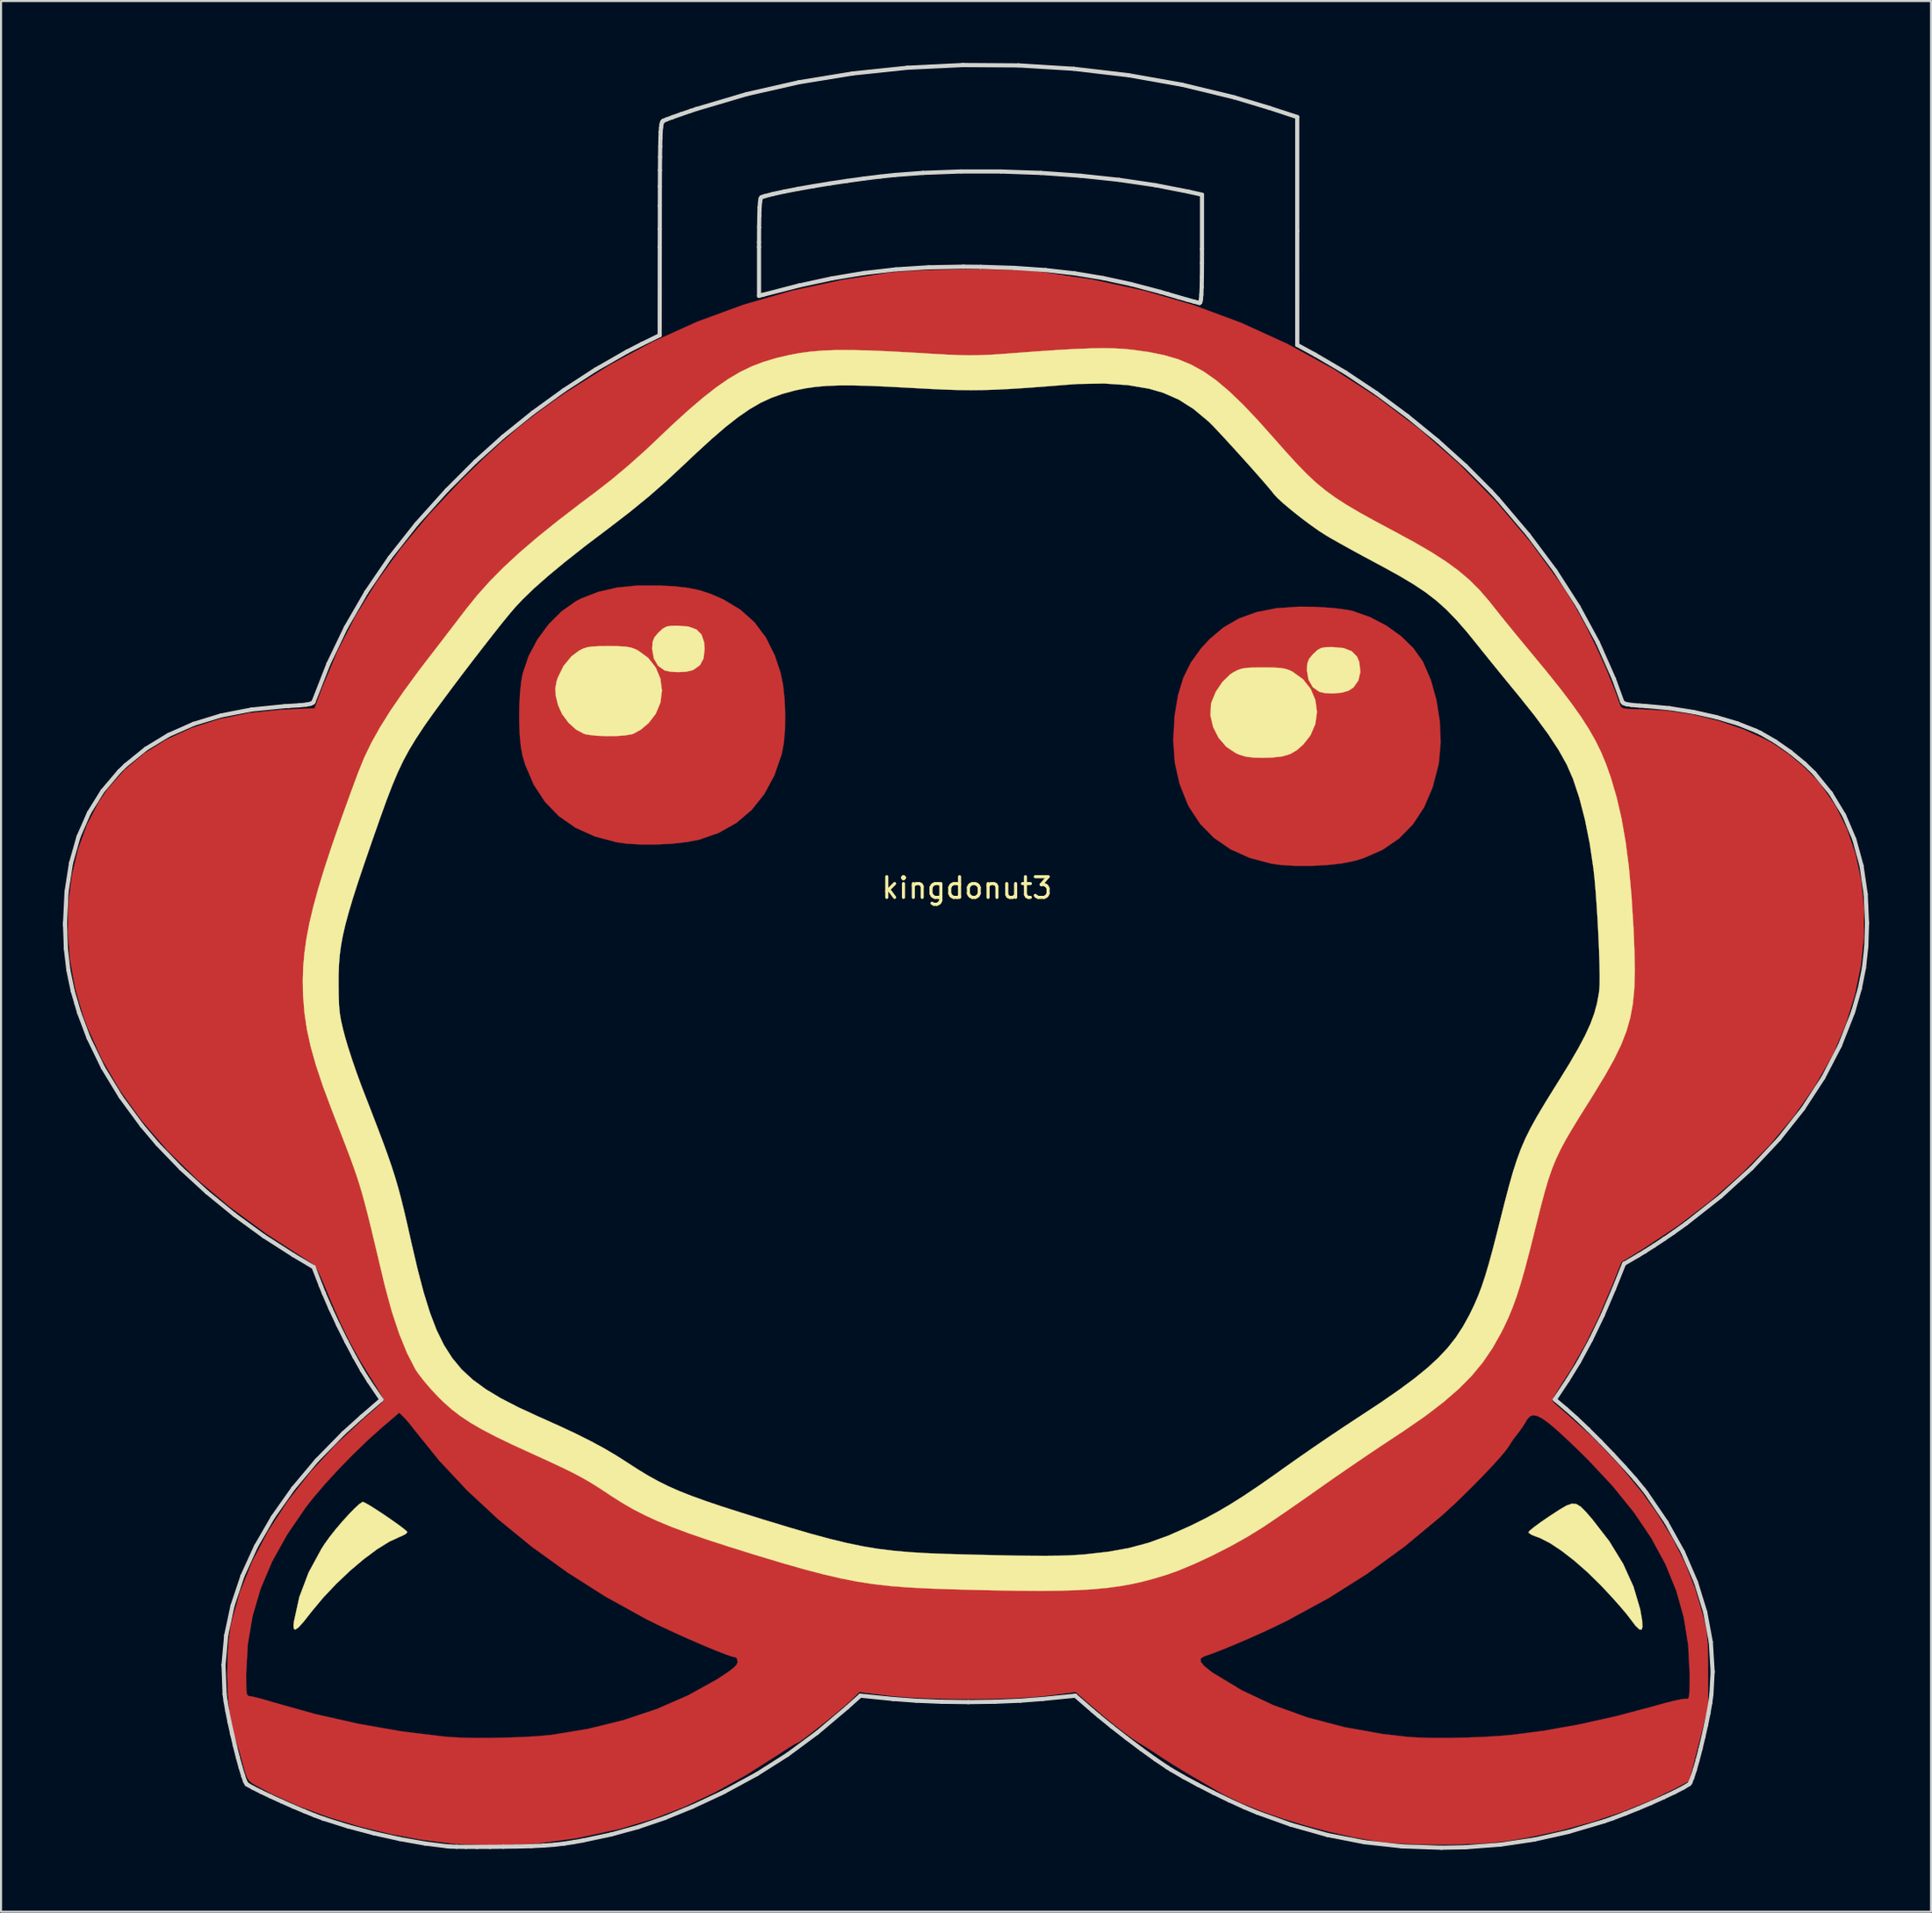
<source format=kicad_pcb>
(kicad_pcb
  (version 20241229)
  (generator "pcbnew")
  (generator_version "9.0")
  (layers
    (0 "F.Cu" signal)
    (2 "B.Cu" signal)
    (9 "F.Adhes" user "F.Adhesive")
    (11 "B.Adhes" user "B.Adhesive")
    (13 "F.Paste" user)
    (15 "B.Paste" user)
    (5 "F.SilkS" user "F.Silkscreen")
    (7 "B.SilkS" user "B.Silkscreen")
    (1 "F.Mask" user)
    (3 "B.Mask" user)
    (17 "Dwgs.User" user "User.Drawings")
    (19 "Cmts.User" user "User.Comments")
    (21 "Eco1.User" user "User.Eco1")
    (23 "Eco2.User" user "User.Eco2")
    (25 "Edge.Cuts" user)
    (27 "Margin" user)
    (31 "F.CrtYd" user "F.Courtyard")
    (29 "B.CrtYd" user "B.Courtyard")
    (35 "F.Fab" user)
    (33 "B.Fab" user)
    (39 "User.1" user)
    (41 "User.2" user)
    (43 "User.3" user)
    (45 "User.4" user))
  (footprint "kingdonut3"
    (layer "F.Cu")
    (at 43.769 39.947)
    (property "Reference" "kingdonut3" (at 0 0 0) (layer "F.SilkS") (effects (font (size 1 1) (thickness 0.15))))
    (attr through_hole)
    (fp_poly (pts (xy 16.792 -13.613) (xy 17.402 -13.58) (xy 17.961 -13.53) (xy 18.421 -13.467) (xy 18.674 -13.414) (xy 19.516 -13.116) (xy 20.309 -12.701) (xy 21.019 -12.193) (xy 21.612 -11.616) (xy 22.054 -10.996) (xy 22.087 -10.937) (xy 22.461 -10.072) (xy 22.733 -9.1) (xy 22.895 -8.077) (xy 22.939 -7.057) (xy 22.856 -6.097) (xy 22.832 -5.961) (xy 22.546 -4.862) (xy 22.133 -3.901) (xy 21.593 -3.08) (xy 20.925 -2.396) (xy 20.13 -1.851) (xy 19.207 -1.445) (xy 18.75 -1.307) (xy 18.16 -1.19) (xy 17.447 -1.111) (xy 16.675 -1.07) (xy 15.906 -1.07) (xy 15.204 -1.113) (xy 14.746 -1.177) (xy 13.692 -1.457) (xy 12.763 -1.874) (xy 11.963 -2.423) (xy 11.295 -3.104) (xy 10.763 -3.913) (xy 10.682 -4.073) (xy 10.297 -5.04) (xy 10.067 -6.06) (xy 9.989 -7.153) (xy 10.058 -8.345) (xy 10.061 -8.368) (xy 10.223 -9.337) (xy 10.478 -10.173) (xy 10.843 -10.914) (xy 11.336 -11.599) (xy 11.752 -12.05) (xy 12.416 -12.611) (xy 13.165 -13.044) (xy 14.014 -13.354) (xy 14.979 -13.544) (xy 16.075 -13.62) (xy 16.792 -13.613)) (stroke (width 0.01) (type solid)) (fill yes) (layer "F.Cu"))
    (fp_poly (pts (xy -14.138 -14.603) (xy -13.5 -14.529) (xy -12.947 -14.415) (xy -12.428 -14.247) (xy -11.89 -14.015) (xy -11.778 -13.961) (xy -10.968 -13.474) (xy -10.289 -12.865) (xy -9.734 -12.125) (xy -9.297 -11.245) (xy -9.017 -10.395) (xy -8.902 -9.817) (xy -8.829 -9.131) (xy -8.799 -8.396) (xy -8.811 -7.669) (xy -8.868 -7.01) (xy -8.965 -6.491) (xy -9.327 -5.446) (xy -9.815 -4.54) (xy -10.428 -3.774) (xy -11.164 -3.149) (xy -12.022 -2.667) (xy -12.953 -2.341) (xy -13.543 -2.225) (xy -14.256 -2.145) (xy -15.028 -2.105) (xy -15.797 -2.105) (xy -16.499 -2.148) (xy -16.957 -2.212) (xy -18.016 -2.494) (xy -18.949 -2.915) (xy -19.754 -3.474) (xy -20.429 -4.169) (xy -20.974 -4.999) (xy -21.386 -5.962) (xy -21.517 -6.397) (xy -21.601 -6.849) (xy -21.655 -7.433) (xy -21.679 -8.097) (xy -21.674 -8.787) (xy -21.64 -9.45) (xy -21.576 -10.033) (xy -21.509 -10.385) (xy -21.223 -11.229) (xy -20.795 -12.035) (xy -20.253 -12.768) (xy -19.624 -13.396) (xy -18.934 -13.883) (xy -18.687 -14.012) (xy -17.852 -14.336) (xy -16.938 -14.546) (xy -15.919 -14.646) (xy -14.911 -14.646) (xy -14.138 -14.603)) (stroke (width 0.01) (type solid)) (fill yes) (layer "F.Cu"))
    (fp_poly (pts (xy 1.251 -29.952) (xy 2.117 -29.93) (xy 2.88 -29.893) (xy 3.499 -29.84) (xy 3.528 -29.837) (xy 6.108 -29.453) (xy 8.586 -28.915) (xy 10.97 -28.222) (xy 13.269 -27.369) (xy 15.495 -26.355) (xy 15.519 -26.343) (xy 17.769 -25.111) (xy 19.909 -23.727) (xy 21.933 -22.196) (xy 23.839 -20.522) (xy 25.619 -18.708) (xy 27.271 -16.76) (xy 28.789 -14.681) (xy 28.908 -14.504) (xy 29.418 -13.681) (xy 29.943 -12.726) (xy 30.461 -11.687) (xy 30.945 -10.617) (xy 31.373 -9.564) (xy 31.642 -8.819) (xy 31.692 -8.742) (xy 31.803 -8.693) (xy 32.011 -8.667) (xy 32.353 -8.656) (xy 32.605 -8.655) (xy 33.858 -8.588) (xy 35.138 -8.395) (xy 36.401 -8.088) (xy 37.6 -7.678) (xy 38.691 -7.179) (xy 39.105 -6.946) (xy 39.781 -6.483) (xy 40.464 -5.916) (xy 41.079 -5.31) (xy 41.36 -4.986) (xy 42.052 -3.982) (xy 42.606 -2.867) (xy 43.022 -1.658) (xy 43.298 -0.374) (xy 43.435 0.967) (xy 43.431 2.348) (xy 43.286 3.752) (xy 42.998 5.159) (xy 42.568 6.553) (xy 41.995 7.915) (xy 41.89 8.129) (xy 41.056 9.597) (xy 40.046 11.04) (xy 38.869 12.446) (xy 37.538 13.804) (xy 36.063 15.104) (xy 34.454 16.334) (xy 32.723 17.483) (xy 32.471 17.638) (xy 31.687 18.113) (xy 31.239 19.24) (xy 30.597 20.755) (xy 29.943 22.095) (xy 29.271 23.274) (xy 29.025 23.658) (xy 28.766 24.058) (xy 28.553 24.404) (xy 28.403 24.665) (xy 28.335 24.81) (xy 28.333 24.827) (xy 28.415 24.918) (xy 28.608 25.095) (xy 28.874 25.324) (xy 28.975 25.408) (xy 30.299 26.594) (xy 31.549 27.896) (xy 32.683 29.267) (xy 33.411 30.282) (xy 34.16 31.49) (xy 34.763 32.675) (xy 35.246 33.892) (xy 35.618 35.137) (xy 35.714 35.525) (xy 35.784 35.857) (xy 35.832 36.175) (xy 35.862 36.525) (xy 35.879 36.948) (xy 35.886 37.489) (xy 35.887 37.912) (xy 35.889 39.652) (xy 35.432 41.443) (xy 34.975 43.235) (xy 34.35 43.575) (xy 33.134 44.171) (xy 31.771 44.721) (xy 30.301 45.214) (xy 28.763 45.636) (xy 27.196 45.975) (xy 26.106 46.157) (xy 25.439 46.231) (xy 24.642 46.283) (xy 23.759 46.314) (xy 22.838 46.323) (xy 21.927 46.311) (xy 21.071 46.277) (xy 20.317 46.221) (xy 19.821 46.16) (xy 18.698 45.961) (xy 17.544 45.703) (xy 16.391 45.398) (xy 15.273 45.057) (xy 14.225 44.689) (xy 13.279 44.307) (xy 12.47 43.919) (xy 12.115 43.719) (xy 11.883 43.582) (xy 11.542 43.382) (xy 11.146 43.15) (xy 10.892 43.002) (xy 10.433 42.729) (xy 9.946 42.428) (xy 9.508 42.149) (xy 9.348 42.042) (xy 8.988 41.804) (xy 8.64 41.582) (xy 8.369 41.417) (xy 8.327 41.393) (xy 8.024 41.198) (xy 7.61 40.895) (xy 7.11 40.504) (xy 6.549 40.045) (xy 5.955 39.537) (xy 5.948 39.531) (xy 5.264 38.936) (xy 3.973 39.103) (xy 3.259 39.175) (xy 2.4 39.228) (xy 1.439 39.262) (xy 0.419 39.277) (xy -0.619 39.273) (xy -1.63 39.251) (xy -2.574 39.21) (xy -3.407 39.15) (xy -3.848 39.103) (xy -5.204 38.936) (xy -5.589 39.309) (xy -5.809 39.509) (xy -6.115 39.772) (xy -6.476 40.073) (xy -6.866 40.389) (xy -7.253 40.697) (xy -7.61 40.975) (xy -7.907 41.199) (xy -8.116 41.345) (xy -8.204 41.393) (xy -8.312 41.442) (xy -8.538 41.576) (xy -8.847 41.772) (xy -9.105 41.943) (xy -10.678 42.944) (xy -12.196 43.789) (xy -13.687 44.493) (xy -15.18 45.069) (xy -16.704 45.531) (xy -16.886 45.578) (xy -18.915 46.015) (xy -20.897 46.278) (xy -22.852 46.367) (xy -24.798 46.285) (xy -24.861 46.279) (xy -26.377 46.093) (xy -27.922 45.807) (xy -29.458 45.431) (xy -30.948 44.978) (xy -32.355 44.457) (xy -33.64 43.881) (xy -34.431 43.459) (xy -34.623 43.343) (xy -34.756 43.232) (xy -34.854 43.083) (xy -34.941 42.855) (xy -35.039 42.507) (xy -35.099 42.277) (xy -35.214 41.859) (xy -35.324 41.492) (xy -35.414 41.226) (xy -35.454 41.132) (xy -35.51 40.959) (xy -35.579 40.646) (xy -35.651 40.237) (xy -35.713 39.819) (xy -35.79 39.006) (xy -35.82 38.125) (xy -35.819 38.076) (xy -34.9 38.076) (xy -34.898 38.536) (xy -34.888 38.84) (xy -34.864 39.02) (xy -34.82 39.107) (xy -34.753 39.134) (xy -34.725 39.135) (xy -34.564 39.162) (xy -34.271 39.234) (xy -33.893 39.34) (xy -33.62 39.422) (xy -31.574 39.996) (xy -29.471 40.473) (xy -27.371 40.841) (xy -25.335 41.089) (xy -25.077 41.112) (xy -24.519 41.143) (xy -23.827 41.158) (xy -23.052 41.157) (xy -22.248 41.141) (xy -21.467 41.112) (xy -20.761 41.071) (xy -20.182 41.019) (xy -20.132 41.013) (xy -18.356 40.722) (xy -16.642 40.3) (xy -15.015 39.756) (xy -13.499 39.096) (xy -12.116 38.329) (xy -11.958 38.228) (xy -11.554 37.958) (xy -11.292 37.757) (xy -11.149 37.604) (xy -11.102 37.478) (xy -11.101 37.465) (xy -11.103 37.459) (xy 11.317 37.459) (xy 11.48 37.669) (xy 11.817 37.94) (xy 11.924 38.015) (xy 13.316 38.855) (xy 14.844 39.573) (xy 16.497 40.168) (xy 18.265 40.634) (xy 20.136 40.968) (xy 21.308 41.104) (xy 21.87 41.14) (xy 22.572 41.157) (xy 23.365 41.157) (xy 24.201 41.14) (xy 25.032 41.108) (xy 25.811 41.061) (xy 26.341 41.015) (xy 27.94 40.809) (xy 29.651 40.503) (xy 31.433 40.106) (xy 33.242 39.625) (xy 33.344 39.596) (xy 33.824 39.463) (xy 34.25 39.357) (xy 34.584 39.286) (xy 34.79 39.258) (xy 34.826 39.261) (xy 34.894 39.266) (xy 34.942 39.22) (xy 34.971 39.095) (xy 34.988 38.863) (xy 34.994 38.494) (xy 34.996 38.056) (xy 34.925 36.665) (xy 34.71 35.324) (xy 34.344 34.02) (xy 33.822 32.743) (xy 33.139 31.481) (xy 32.289 30.224) (xy 31.266 28.959) (xy 30.064 27.676) (xy 29.708 27.324) (xy 29.089 26.73) (xy 28.584 26.264) (xy 28.178 25.919) (xy 27.857 25.688) (xy 27.607 25.561) (xy 27.411 25.531) (xy 27.257 25.59) (xy 27.128 25.73) (xy 27.049 25.866) (xy 26.895 26.115) (xy 26.693 26.389) (xy 26.656 26.435) (xy 26.45 26.703) (xy 26.275 26.97) (xy 26.252 27.01) (xy 26.103 27.224) (xy 25.838 27.542) (xy 25.48 27.94) (xy 25.054 28.392) (xy 24.582 28.876) (xy 24.087 29.367) (xy 23.593 29.842) (xy 23.122 30.276) (xy 22.979 30.403) (xy 21.201 31.88) (xy 19.394 33.198) (xy 17.516 34.384) (xy 15.525 35.467) (xy 15.404 35.528) (xy 14.839 35.802) (xy 14.209 36.094) (xy 13.553 36.385) (xy 12.912 36.66) (xy 12.324 36.9) (xy 11.831 37.089) (xy 11.501 37.202) (xy 11.324 37.305) (xy 11.317 37.459) (xy -11.103 37.459) (xy -11.142 37.3) (xy -11.211 37.253) (xy -11.383 37.215) (xy -11.696 37.106) (xy -12.123 36.941) (xy -12.635 36.73) (xy -13.206 36.485) (xy -13.806 36.22) (xy -14.408 35.944) (xy -14.983 35.672) (xy -15.504 35.414) (xy -15.569 35.381) (xy -17.477 34.328) (xy -19.313 33.164) (xy -21.058 31.907) (xy -22.692 30.572) (xy -24.197 29.174) (xy -25.552 27.729) (xy -26.717 26.284) (xy -26.941 25.996) (xy -27.159 25.738) (xy -27.267 25.624) (xy -27.488 25.409) (xy -28.349 26.145) (xy -29.016 26.744) (xy -29.719 27.422) (xy -30.419 28.14) (xy -31.077 28.857) (xy -31.654 29.532) (xy -32.018 29.997) (xy -32.922 31.32) (xy -33.648 32.627) (xy -34.202 33.936) (xy -34.591 35.265) (xy -34.821 36.633) (xy -34.9 38.058) (xy -34.9 38.076) (xy -35.819 38.076) (xy -35.803 37.236) (xy -35.741 36.4) (xy -35.636 35.677) (xy -35.613 35.568) (xy -35.2 34.088) (xy -34.606 32.611) (xy -33.838 31.149) (xy -32.905 29.713) (xy -31.813 28.315) (xy -30.571 26.964) (xy -29.184 25.674) (xy -28.975 25.495) (xy -28.671 25.233) (xy -28.425 25.011) (xy -28.272 24.861) (xy -28.237 24.818) (xy -28.274 24.713) (xy -28.396 24.483) (xy -28.586 24.163) (xy -28.826 23.782) (xy -28.861 23.728) (xy -29.381 22.887) (xy -29.858 22.024) (xy -30.317 21.091) (xy -30.781 20.039) (xy -30.958 19.614) (xy -31.167 19.107) (xy -31.327 18.743) (xy -31.455 18.49) (xy -31.573 18.316) (xy -31.699 18.19) (xy -31.855 18.081) (xy -31.953 18.02) (xy -33.914 16.75) (xy -35.692 15.444) (xy -37.289 14.099) (xy -38.704 12.714) (xy -39.94 11.287) (xy -40.999 9.817) (xy -41.881 8.302) (xy -42.588 6.741) (xy -42.795 6.18) (xy -43.185 4.834) (xy -43.259 4.421) (xy -31.649 4.421) (xy -31.638 5.006) (xy -31.602 5.564) (xy -31.534 6.12) (xy -31.428 6.695) (xy -31.28 7.313) (xy -31.082 7.995) (xy -30.829 8.765) (xy -30.516 9.645) (xy -30.135 10.658) (xy -29.815 11.488) (xy -29.511 12.273) (xy -29.259 12.947) (xy -29.047 13.547) (xy -28.862 14.112) (xy -28.695 14.682) (xy -28.532 15.294) (xy -28.362 15.988) (xy -28.174 16.803) (xy -28.037 17.412) (xy -27.715 18.779) (xy -27.391 19.977) (xy -27.05 21.023) (xy -26.68 21.935) (xy -26.268 22.732) (xy -25.8 23.432) (xy -25.262 24.052) (xy -24.641 24.611) (xy -23.923 25.126) (xy -23.096 25.617) (xy -22.145 26.101) (xy -21.291 26.493) (xy -20.221 26.977) (xy -19.307 27.411) (xy -18.527 27.806) (xy -17.859 28.174) (xy -17.28 28.527) (xy -17.063 28.67) (xy -16.502 29.038) (xy -15.962 29.365) (xy -15.418 29.661) (xy -14.843 29.939) (xy -14.213 30.208) (xy -13.502 30.48) (xy -12.684 30.766) (xy -11.733 31.077) (xy -10.677 31.407) (xy -9.448 31.782) (xy -8.37 32.102) (xy -7.417 32.371) (xy -6.563 32.594) (xy -5.78 32.776) (xy -5.043 32.922) (xy -4.324 33.036) (xy -3.597 33.123) (xy -2.836 33.189) (xy -2.013 33.237) (xy -1.103 33.273) (xy -0.188 33.299) (xy 0.852 33.324) (xy 1.725 33.345) (xy 2.454 33.36) (xy 3.059 33.37) (xy 3.562 33.375) (xy 3.985 33.375) (xy 4.35 33.37) (xy 4.677 33.359) (xy 4.989 33.344) (xy 5.307 33.324) (xy 5.644 33.299) (xy 6.723 33.19) (xy 7.745 33.025) (xy 8.73 32.797) (xy 9.701 32.495) (xy 10.678 32.111) (xy 11.681 31.637) (xy 12.732 31.062) (xy 13.852 30.378) (xy 15.061 29.576) (xy 16.322 28.69) (xy 16.859 28.311) (xy 17.501 27.868) (xy 18.195 27.398) (xy 18.886 26.938) (xy 19.52 26.524) (xy 20.367 25.974) (xy 21.077 25.5) (xy 21.674 25.084) (xy 22.185 24.707) (xy 22.633 24.351) (xy 23.045 23.998) (xy 23.405 23.666) (xy 24.279 22.737) (xy 25.002 21.741) (xy 25.437 20.979) (xy 25.633 20.586) (xy 25.807 20.207) (xy 25.966 19.815) (xy 26.121 19.382) (xy 26.279 18.882) (xy 26.45 18.288) (xy 26.642 17.573) (xy 26.864 16.711) (xy 26.949 16.376) (xy 27.189 15.433) (xy 27.397 14.642) (xy 27.588 13.972) (xy 27.775 13.391) (xy 27.97 12.869) (xy 28.186 12.374) (xy 28.437 11.876) (xy 28.736 11.343) (xy 29.096 10.744) (xy 29.53 10.048) (xy 29.821 9.588) (xy 30.377 8.691) (xy 30.826 7.906) (xy 31.178 7.198) (xy 31.444 6.531) (xy 31.632 5.868) (xy 31.753 5.174) (xy 31.816 4.413) (xy 31.83 3.548) (xy 31.806 2.545) (xy 31.794 2.24) (xy 31.695 0.539) (xy 31.549 -1.026) (xy 31.357 -2.441) (xy 31.121 -3.691) (xy 31.046 -4.018) (xy 30.864 -4.726) (xy 30.672 -5.369) (xy 30.457 -5.969) (xy 30.208 -6.545) (xy 29.911 -7.12) (xy 29.556 -7.713) (xy 29.129 -8.347) (xy 28.618 -9.041) (xy 28.011 -9.818) (xy 27.296 -10.698) (xy 26.778 -11.322) (xy 26.351 -11.836) (xy 25.944 -12.332) (xy 25.579 -12.78) (xy 25.278 -13.154) (xy 25.066 -13.425) (xy 25.001 -13.511) (xy 24.585 -14.011) (xy 24.052 -14.55) (xy 23.45 -15.081) (xy 22.832 -15.558) (xy 22.541 -15.757) (xy 22.223 -15.953) (xy 21.777 -16.215) (xy 21.242 -16.52) (xy 20.655 -16.847) (xy 20.055 -17.173) (xy 19.922 -17.244) (xy 19.073 -17.703) (xy 18.36 -18.105) (xy 17.754 -18.473) (xy 17.225 -18.831) (xy 16.741 -19.204) (xy 16.273 -19.616) (xy 15.79 -20.091) (xy 15.263 -20.653) (xy 14.66 -21.325) (xy 14.36 -21.665) (xy 13.563 -22.554) (xy 12.848 -23.302) (xy 12.194 -23.92) (xy 11.578 -24.424) (xy 10.977 -24.826) (xy 10.37 -25.14) (xy 9.733 -25.38) (xy 9.044 -25.56) (xy 8.281 -25.692) (xy 7.557 -25.777) (xy 7.242 -25.806) (xy 6.932 -25.825) (xy 6.605 -25.834) (xy 6.238 -25.832) (xy 5.809 -25.819) (xy 5.296 -25.794) (xy 4.675 -25.755) (xy 3.926 -25.702) (xy 3.025 -25.635) (xy 2.399 -25.586) (xy 1.759 -25.542) (xy 1.138 -25.514) (xy 0.506 -25.502) (xy -0.171 -25.507) (xy -0.926 -25.528) (xy -1.79 -25.566) (xy -2.796 -25.621) (xy -3.246 -25.649) (xy -4.081 -25.698) (xy -4.762 -25.732) (xy -5.324 -25.751) (xy -5.798 -25.755) (xy -6.22 -25.746) (xy -6.623 -25.723) (xy -6.961 -25.695) (xy -7.791 -25.6) (xy -8.539 -25.473) (xy -9.229 -25.302) (xy -9.88 -25.075) (xy -10.515 -24.78) (xy -11.156 -24.406) (xy -11.823 -23.94) (xy -12.538 -23.372) (xy -13.322 -22.688) (xy -14.197 -21.878) (xy -14.604 -21.49) (xy -15.38 -20.767) (xy -16.16 -20.079) (xy -16.902 -19.462) (xy -17.534 -18.974) (xy -18.787 -18.038) (xy -19.887 -17.178) (xy -20.849 -16.385) (xy -21.685 -15.646) (xy -22.409 -14.948) (xy -23.034 -14.282) (xy -23.53 -13.688) (xy -24.062 -13.008) (xy -24.614 -12.294) (xy -25.168 -11.571) (xy -25.705 -10.862) (xy -26.207 -10.192) (xy -26.656 -9.586) (xy -27.032 -9.069) (xy -27.318 -8.665) (xy -27.404 -8.538) (xy -27.714 -8.062) (xy -27.988 -7.611) (xy -28.239 -7.157) (xy -28.479 -6.673) (xy -28.719 -6.132) (xy -28.974 -5.507) (xy -29.255 -4.771) (xy -29.573 -3.897) (xy -29.756 -3.387) (xy -30.179 -2.183) (xy -30.536 -1.132) (xy -30.833 -0.215) (xy -31.075 0.592) (xy -31.267 1.307) (xy -31.413 1.953) (xy -31.519 2.55) (xy -31.59 3.119) (xy -31.632 3.681) (xy -31.648 4.257) (xy -31.649 4.421) (xy -43.259 4.421) (xy -43.432 3.46) (xy -43.538 2.08) (xy -43.506 0.715) (xy -43.339 -0.613) (xy -43.038 -1.88) (xy -42.606 -3.066) (xy -42.046 -4.147) (xy -41.6 -4.803) (xy -40.788 -5.718) (xy -39.835 -6.516) (xy -38.747 -7.194) (xy -37.535 -7.748) (xy -36.206 -8.175) (xy -34.768 -8.47) (xy -33.232 -8.629) (xy -32.987 -8.641) (xy -31.59 -8.702) (xy -31.221 -9.69) (xy -30.488 -11.442) (xy -29.615 -13.143) (xy -28.591 -14.805) (xy -27.409 -16.442) (xy -26.058 -18.067) (xy -24.53 -19.695) (xy -24.372 -19.854) (xy -23.422 -20.781) (xy -22.539 -21.592) (xy -21.681 -22.321) (xy -20.805 -23.005) (xy -19.868 -23.68) (xy -19.426 -23.983) (xy -17.341 -25.297) (xy -15.223 -26.441) (xy -13.054 -27.421) (xy -10.818 -28.242) (xy -8.499 -28.912) (xy -6.079 -29.435) (xy -3.81 -29.786) (xy -3.188 -29.848) (xy -2.423 -29.896) (xy -1.555 -29.931) (xy -0.626 -29.953) (xy 0.323 -29.959) (xy 1.251 -29.952)) (stroke (width 0.01) (type solid)) (fill yes) (layer "F.Cu"))
    (fp_poly (pts (xy 11.678 38.13) (xy 12.683 38.755) (xy 13.829 39.341) (xy 15.07 39.867) (xy 16.36 40.313) (xy 16.792 40.44) (xy 18.633 40.865) (xy 20.574 41.138) (xy 22.604 41.26) (xy 24.713 41.23) (xy 26.89 41.049) (xy 29.126 40.719) (xy 31.409 40.238) (xy 33.702 39.617) (xy 34.162 39.489) (xy 34.468 39.427) (xy 34.609 39.433) (xy 34.619 39.45) (xy 34.597 39.575) (xy 34.536 39.848) (xy 34.445 40.234) (xy 34.331 40.7) (xy 34.265 40.969) (xy 33.911 42.38) (xy 32.924 42.869) (xy 32.277 43.163) (xy 31.502 43.475) (xy 30.656 43.783) (xy 29.795 44.068) (xy 28.977 44.309) (xy 28.627 44.401) (xy 27.827 44.59) (xy 27.101 44.736) (xy 26.401 44.846) (xy 25.683 44.924) (xy 24.899 44.976) (xy 24.005 45.007) (xy 23.33 45.019) (xy 22.643 45.024) (xy 21.976 45.021) (xy 21.366 45.011) (xy 20.849 44.996) (xy 20.464 44.975) (xy 20.32 44.961) (xy 18.353 44.626) (xy 16.397 44.109) (xy 14.466 43.414) (xy 12.572 42.548) (xy 10.728 41.516) (xy 8.947 40.324) (xy 7.987 39.593) (xy 7.022 38.824) (xy 8.431 38.476) (xy 8.981 38.337) (xy 9.523 38.193) (xy 10.004 38.059) (xy 10.372 37.95) (xy 10.46 37.922) (xy 11.08 37.715) (xy 11.678 38.13)) (stroke (width 0.01) (type solid)) (fill yes) (layer "F.Mask"))
    (fp_poly (pts (xy -9.921 38.048) (xy -9.372 38.207) (xy -8.761 38.372) (xy -8.183 38.519) (xy -7.925 38.579) (xy -7.538 38.666) (xy -7.27 38.738) (xy -7.126 38.817) (xy -7.109 38.921) (xy -7.224 39.072) (xy -7.475 39.288) (xy -7.866 39.59) (xy -8.179 39.828) (xy -10.021 41.132) (xy -11.886 42.25) (xy -13.778 43.182) (xy -15.696 43.929) (xy -17.644 44.492) (xy -19.621 44.871) (xy -19.972 44.919) (xy -20.626 44.982) (xy -21.416 45.024) (xy -22.292 45.046) (xy -23.203 45.047) (xy -24.099 45.028) (xy -24.927 44.989) (xy -25.639 44.93) (xy -25.817 44.909) (xy -27.403 44.643) (xy -29.037 44.252) (xy -30.245 43.888) (xy -30.821 43.689) (xy -31.418 43.467) (xy -32.004 43.235) (xy -32.55 43.006) (xy -33.023 42.794) (xy -33.392 42.611) (xy -33.626 42.472) (xy -33.673 42.433) (xy -33.735 42.308) (xy -33.829 42.044) (xy -33.944 41.678) (xy -34.069 41.247) (xy -34.196 40.788) (xy -34.314 40.339) (xy -34.413 39.935) (xy -34.482 39.615) (xy -34.513 39.415) (xy -34.507 39.368) (xy -34.407 39.377) (xy -34.172 39.435) (xy -33.847 39.529) (xy -33.722 39.568) (xy -32.478 39.931) (xy -31.103 40.274) (xy -29.652 40.586) (xy -28.183 40.853) (xy -26.999 41.032) (xy -26.306 41.108) (xy -25.491 41.167) (xy -24.594 41.21) (xy -23.659 41.236) (xy -22.727 41.243) (xy -21.839 41.232) (xy -21.037 41.202) (xy -20.363 41.152) (xy -20.132 41.126) (xy -18.194 40.8) (xy -16.377 40.344) (xy -14.687 39.761) (xy -13.129 39.052) (xy -11.834 38.301) (xy -10.957 37.733) (xy -9.921 38.048)) (stroke (width 0.01) (type solid)) (fill yes) (layer "F.Mask"))
    (fp_poly (pts (xy 16.792 -13.613) (xy 17.402 -13.58) (xy 17.961 -13.53) (xy 18.421 -13.467) (xy 18.674 -13.414) (xy 19.516 -13.116) (xy 20.309 -12.701) (xy 21.019 -12.193) (xy 21.612 -11.616) (xy 22.054 -10.996) (xy 22.087 -10.937) (xy 22.461 -10.072) (xy 22.733 -9.1) (xy 22.895 -8.077) (xy 22.939 -7.057) (xy 22.856 -6.097) (xy 22.832 -5.961) (xy 22.546 -4.862) (xy 22.133 -3.901) (xy 21.593 -3.08) (xy 20.925 -2.396) (xy 20.13 -1.851) (xy 19.207 -1.445) (xy 18.75 -1.307) (xy 18.16 -1.19) (xy 17.447 -1.111) (xy 16.675 -1.07) (xy 15.906 -1.07) (xy 15.204 -1.113) (xy 14.746 -1.177) (xy 13.692 -1.457) (xy 12.763 -1.874) (xy 11.963 -2.423) (xy 11.295 -3.104) (xy 11.252 -3.169) (xy 13.346 -3.169) (xy 13.933 -2.577) (xy 14.5 -2.079) (xy 15.105 -1.678) (xy 15.701 -1.403) (xy 15.957 -1.328) (xy 16.459 -1.256) (xy 17.06 -1.239) (xy 17.679 -1.276) (xy 18.233 -1.366) (xy 18.241 -1.368) (xy 19.125 -1.669) (xy 19.935 -2.132) (xy 20.637 -2.735) (xy 20.7 -2.802) (xy 21.166 -3.364) (xy 21.488 -3.893) (xy 21.688 -4.443) (xy 21.79 -5.064) (xy 21.807 -5.303) (xy 21.823 -5.703) (xy 21.819 -5.944) (xy 21.792 -6.055) (xy 21.738 -6.066) (xy 21.72 -6.056) (xy 21.586 -5.969) (xy 21.339 -5.808) (xy 21.023 -5.602) (xy 20.884 -5.511) (xy 19.55 -4.736) (xy 18.149 -4.124) (xy 16.665 -3.667) (xy 15.081 -3.36) (xy 14.369 -3.274) (xy 13.346 -3.169) (xy 11.252 -3.169) (xy 10.763 -3.913) (xy 10.682 -4.073) (xy 10.297 -5.04) (xy 10.067 -6.06) (xy 9.989 -7.153) (xy 10.058 -8.345) (xy 10.061 -8.368) (xy 10.075 -8.453) (xy 11.784 -8.453) (xy 11.885 -7.899) (xy 12.121 -7.373) (xy 12.472 -6.919) (xy 12.916 -6.581) (xy 13.017 -6.53) (xy 13.323 -6.408) (xy 13.633 -6.338) (xy 14.018 -6.308) (xy 14.299 -6.304) (xy 14.724 -6.317) (xy 15.127 -6.35) (xy 15.431 -6.397) (xy 15.475 -6.408) (xy 15.818 -6.569) (xy 16.19 -6.856) (xy 16.288 -6.949) (xy 16.669 -7.45) (xy 16.887 -8.007) (xy 16.948 -8.586) (xy 16.855 -9.157) (xy 16.613 -9.688) (xy 16.227 -10.148) (xy 15.766 -10.471) (xy 15.579 -10.558) (xy 16.463 -10.558) (xy 16.534 -10.1) (xy 16.735 -9.738) (xy 17.047 -9.507) (xy 17.064 -9.5) (xy 17.39 -9.429) (xy 17.801 -9.42) (xy 18.207 -9.468) (xy 18.481 -9.553) (xy 18.804 -9.803) (xy 18.998 -10.166) (xy 19.05 -10.607) (xy 18.995 -10.947) (xy 18.824 -11.291) (xy 18.528 -11.52) (xy 18.093 -11.641) (xy 17.7 -11.665) (xy 17.361 -11.656) (xy 17.14 -11.615) (xy 16.966 -11.515) (xy 16.783 -11.345) (xy 16.582 -11.116) (xy 16.488 -10.901) (xy 16.463 -10.604) (xy 16.463 -10.558) (xy 15.579 -10.558) (xy 15.563 -10.566) (xy 15.347 -10.627) (xy 15.069 -10.661) (xy 14.682 -10.675) (xy 14.346 -10.677) (xy 13.874 -10.673) (xy 13.541 -10.655) (xy 13.301 -10.616) (xy 13.104 -10.548) (xy 12.908 -10.446) (xy 12.515 -10.134) (xy 12.167 -9.696) (xy 11.908 -9.196) (xy 11.84 -8.99) (xy 11.784 -8.453) (xy 10.075 -8.453) (xy 10.223 -9.337) (xy 10.478 -10.173) (xy 10.843 -10.914) (xy 11.336 -11.599) (xy 11.752 -12.05) (xy 12.416 -12.611) (xy 13.165 -13.044) (xy 14.014 -13.354) (xy 14.979 -13.544) (xy 16.075 -13.62) (xy 16.792 -13.613)) (stroke (width 0.01) (type solid)) (fill yes) (layer "F.Mask"))
    (fp_poly (pts (xy -14.911 -14.646) (xy -14.138 -14.603) (xy -13.5 -14.529) (xy -12.947 -14.415) (xy -12.428 -14.247) (xy -11.89 -14.015) (xy -11.778 -13.961) (xy -10.968 -13.474) (xy -10.289 -12.865) (xy -9.734 -12.125) (xy -9.297 -11.245) (xy -9.017 -10.395) (xy -8.902 -9.817) (xy -8.829 -9.131) (xy -8.799 -8.396) (xy -8.811 -7.669) (xy -8.868 -7.01) (xy -8.965 -6.491) (xy -9.327 -5.446) (xy -9.815 -4.54) (xy -10.428 -3.774) (xy -11.164 -3.149) (xy -12.022 -2.667) (xy -12.953 -2.341) (xy -13.541 -2.225) (xy -14.251 -2.146) (xy -15.021 -2.105) (xy -15.788 -2.105) (xy -16.489 -2.147) (xy -16.952 -2.211) (xy -17.47 -2.331) (xy -17.989 -2.49) (xy -18.463 -2.669) (xy -18.843 -2.85) (xy -19.068 -3.004) (xy -19.285 -3.161) (xy -19.445 -3.237) (xy -19.673 -3.372) (xy -19.96 -3.634) (xy -20.274 -3.984) (xy -20.396 -4.143) (xy -18.344 -4.143) (xy -18.276 -4.048) (xy -18.096 -3.868) (xy -17.837 -3.633) (xy -17.537 -3.375) (xy -17.231 -3.122) (xy -16.953 -2.908) (xy -16.792 -2.795) (xy -16.243 -2.527) (xy -15.576 -2.349) (xy -14.841 -2.268) (xy -14.09 -2.29) (xy -13.419 -2.407) (xy -12.54 -2.722) (xy -11.744 -3.183) (xy -11.065 -3.77) (xy -11.021 -3.817) (xy -10.544 -4.396) (xy -10.215 -4.948) (xy -10.011 -5.525) (xy -9.909 -6.178) (xy -9.898 -6.336) (xy -9.879 -6.736) (xy -9.881 -6.978) (xy -9.907 -7.091) (xy -9.959 -7.103) (xy -9.982 -7.091) (xy -10.116 -7.004) (xy -10.364 -6.843) (xy -10.68 -6.637) (xy -10.819 -6.546) (xy -12.196 -5.752) (xy -13.658 -5.123) (xy -15.209 -4.658) (xy -16.852 -4.354) (xy -17.615 -4.271) (xy -17.958 -4.233) (xy -18.215 -4.191) (xy -18.339 -4.151) (xy -18.344 -4.143) (xy -20.396 -4.143) (xy -20.583 -4.385) (xy -20.855 -4.799) (xy -21.008 -5.08) (xy -21.266 -5.646) (xy -21.45 -6.161) (xy -21.573 -6.677) (xy -21.643 -7.246) (xy -21.672 -7.92) (xy -21.674 -8.373) (xy -21.633 -9.403) (xy -21.624 -9.469) (xy -19.928 -9.469) (xy -19.857 -9.069) (xy -19.796 -8.851) (xy -19.594 -8.406) (xy -19.281 -7.99) (xy -18.906 -7.656) (xy -18.532 -7.462) (xy -18.215 -7.399) (xy -17.777 -7.362) (xy -17.285 -7.351) (xy -16.803 -7.366) (xy -16.397 -7.408) (xy -16.228 -7.443) (xy -15.885 -7.604) (xy -15.513 -7.89) (xy -15.415 -7.983) (xy -15.041 -8.479) (xy -14.827 -9.032) (xy -14.767 -9.611) (xy -14.858 -10.182) (xy -15.093 -10.714) (xy -15.469 -11.174) (xy -15.931 -11.503) (xy -16.123 -11.593) (xy -15.24 -11.593) (xy -15.169 -11.135) (xy -14.968 -10.773) (xy -14.656 -10.542) (xy -14.639 -10.534) (xy -14.358 -10.472) (xy -13.985 -10.451) (xy -13.61 -10.471) (xy -13.327 -10.531) (xy -12.985 -10.729) (xy -12.783 -11.026) (xy -12.704 -11.447) (xy -12.702 -11.565) (xy -12.754 -12.029) (xy -12.916 -12.361) (xy -13.205 -12.573) (xy -13.636 -12.68) (xy -14.02 -12.7) (xy -14.355 -12.691) (xy -14.575 -12.645) (xy -14.751 -12.538) (xy -14.92 -12.38) (xy -15.121 -12.151) (xy -15.215 -11.935) (xy -15.24 -11.639) (xy -15.24 -11.593) (xy -16.123 -11.593) (xy -16.136 -11.599) (xy -16.351 -11.66) (xy -16.626 -11.695) (xy -17.007 -11.71) (xy -17.357 -11.712) (xy -17.83 -11.708) (xy -18.163 -11.69) (xy -18.404 -11.651) (xy -18.6 -11.583) (xy -18.79 -11.484) (xy -19.232 -11.132) (xy -19.597 -10.642) (xy -19.808 -10.188) (xy -19.911 -9.816) (xy -19.928 -9.469) (xy -21.624 -9.469) (xy -21.512 -10.29) (xy -21.301 -11.064) (xy -20.988 -11.756) (xy -20.562 -12.398) (xy -20.011 -13.021) (xy -19.995 -13.038) (xy -19.333 -13.608) (xy -18.6 -14.049) (xy -17.779 -14.366) (xy -16.85 -14.565) (xy -15.795 -14.651) (xy -14.911 -14.646)) (stroke (width 0.01) (type solid)) (fill yes) (layer "F.Mask"))
    (fp_poly (pts (xy 0.515 -28.482) (xy 1.453 -28.461) (xy 2.358 -28.426) (xy 3.187 -28.38) (xy 3.901 -28.322) (xy 4.327 -28.272) (xy 6.845 -27.832) (xy 9.29 -27.221) (xy 11.657 -26.439) (xy 13.944 -25.489) (xy 16.147 -24.371) (xy 18.262 -23.088) (xy 20.287 -21.641) (xy 21.355 -20.781) (xy 22.008 -20.207) (xy 22.734 -19.527) (xy 23.494 -18.779) (xy 24.251 -18.002) (xy 24.965 -17.236) (xy 25.6 -16.519) (xy 25.998 -16.04) (xy 26.371 -15.555) (xy 26.818 -14.941) (xy 27.317 -14.231) (xy 27.846 -13.459) (xy 28.382 -12.656) (xy 28.904 -11.856) (xy 29.388 -11.092) (xy 29.726 -10.541) (xy 30.521 -9.127) (xy 31.289 -7.576) (xy 32.008 -5.937) (xy 32.654 -4.261) (xy 32.945 -3.422) (xy 33.091 -2.992) (xy 33.217 -2.64) (xy 33.313 -2.397) (xy 33.365 -2.294) (xy 33.369 -2.293) (xy 33.376 -2.406) (xy 33.347 -2.67) (xy 33.29 -3.055) (xy 33.209 -3.528) (xy 33.111 -4.058) (xy 33.001 -4.613) (xy 32.885 -5.161) (xy 32.769 -5.671) (xy 32.706 -5.927) (xy 32.592 -6.387) (xy 32.5 -6.778) (xy 32.437 -7.065) (xy 32.411 -7.214) (xy 32.412 -7.228) (xy 32.526 -7.243) (xy 32.788 -7.231) (xy 33.163 -7.195) (xy 33.613 -7.141) (xy 34.103 -7.073) (xy 34.595 -6.996) (xy 35.053 -6.916) (xy 35.441 -6.836) (xy 35.541 -6.812) (xy 36.832 -6.415) (xy 37.979 -5.898) (xy 38.982 -5.26) (xy 39.842 -4.5) (xy 40.558 -3.618) (xy 41.131 -2.615) (xy 41.562 -1.488) (xy 41.851 -0.239) (xy 41.867 -0.141) (xy 41.939 0.529) (xy 41.97 1.316) (xy 41.962 2.152) (xy 41.916 2.971) (xy 41.833 3.704) (xy 41.782 3.998) (xy 41.394 5.484) (xy 40.821 6.952) (xy 40.068 8.395) (xy 39.139 9.807) (xy 38.037 11.185) (xy 36.766 12.52) (xy 35.33 13.809) (xy 35.156 13.953) (xy 34.677 14.337) (xy 34.202 14.704) (xy 33.752 15.038) (xy 33.35 15.324) (xy 33.018 15.546) (xy 32.78 15.688) (xy 32.656 15.734) (xy 32.644 15.722) (xy 32.664 15.59) (xy 32.718 15.325) (xy 32.795 14.975) (xy 32.826 14.842) (xy 32.922 14.403) (xy 33.023 13.903) (xy 33.121 13.378) (xy 33.211 12.863) (xy 33.286 12.395) (xy 33.341 12.009) (xy 33.37 11.741) (xy 33.369 11.631) (xy 33.329 11.672) (xy 33.246 11.862) (xy 33.131 12.17) (xy 32.999 12.564) (xy 32.386 14.298) (xy 31.662 16.051) (xy 30.858 17.76) (xy 30.002 19.359) (xy 29.813 19.684) (xy 29.382 20.396) (xy 28.892 21.175) (xy 28.366 21.986) (xy 27.826 22.798) (xy 27.296 23.576) (xy 26.796 24.287) (xy 26.351 24.897) (xy 26.036 25.306) (xy 24.414 27.189) (xy 22.665 28.941) (xy 20.798 30.555) (xy 18.824 32.025) (xy 16.753 33.343) (xy 14.594 34.502) (xy 12.357 35.497) (xy 10.053 36.32) (xy 9.831 36.389) (xy 8.081 36.869) (xy 6.254 37.267) (xy 4.43 37.567) (xy 3.104 37.719) (xy 2.728 37.744) (xy 2.212 37.764) (xy 1.592 37.781) (xy 0.904 37.793) (xy 0.185 37.8) (xy -0.53 37.802) (xy -1.204 37.799) (xy -1.8 37.79) (xy -2.284 37.776) (xy -2.618 37.756) (xy -2.634 37.755) (xy -5.164 37.426) (xy -7.581 36.951) (xy -9.897 36.327) (xy -12.125 35.548) (xy -14.279 34.608) (xy -16.37 33.504) (xy -18.411 32.228) (xy -20.415 30.778) (xy -20.837 30.446) (xy -21.327 30.035) (xy -21.908 29.51) (xy -22.55 28.903) (xy -23.222 28.244) (xy -23.895 27.563) (xy -24.537 26.892) (xy -25.119 26.26) (xy -25.609 25.698) (xy -25.816 25.447) (xy -26.135 25.031) (xy -26.532 24.486) (xy -26.986 23.843) (xy -27.475 23.133) (xy -27.98 22.388) (xy -28.478 21.639) (xy -28.949 20.917) (xy -29.372 20.252) (xy -29.725 19.677) (xy -29.811 19.534) (xy -30.791 17.722) (xy -31.696 15.756) (xy -32.515 13.658) (xy -32.744 13.002) (xy -32.91 12.521) (xy -33.056 12.113) (xy -33.171 11.806) (xy -33.245 11.629) (xy -33.266 11.598) (xy -33.269 11.705) (xy -33.239 11.962) (xy -33.184 12.336) (xy -33.109 12.793) (xy -33.019 13.3) (xy -32.922 13.821) (xy -32.821 14.324) (xy -32.724 14.775) (xy -32.691 14.92) (xy -32.595 15.328) (xy -32.518 15.663) (xy -32.469 15.887) (xy -32.456 15.959) (xy -32.527 15.928) (xy -32.722 15.809) (xy -33.008 15.622) (xy -33.279 15.438) (xy -34.665 14.419) (xy -35.988 13.309) (xy -37.222 12.136) (xy -38.337 10.928) (xy -39.306 9.713) (xy -39.644 9.234) (xy -40.36 8.055) (xy -40.979 6.785) (xy -41.479 5.478) (xy -41.67 4.791) (xy -32.158 4.791) (xy -32.129 5.485) (xy -32.047 6.197) (xy -31.909 6.95) (xy -31.708 7.765) (xy -31.439 8.666) (xy -31.098 9.676) (xy -30.678 10.817) (xy -30.397 11.547) (xy -30.07 12.39) (xy -29.802 13.098) (xy -29.581 13.709) (xy -29.393 14.265) (xy -29.229 14.803) (xy -29.074 15.363) (xy -28.918 15.985) (xy -28.748 16.707) (xy -28.561 17.531) (xy -28.256 18.828) (xy -27.963 19.95) (xy -27.677 20.912) (xy -27.395 21.725) (xy -27.113 22.403) (xy -26.851 22.914) (xy -26.472 23.537) (xy -26.077 24.089) (xy -25.645 24.587) (xy -25.156 25.046) (xy -24.59 25.481) (xy -23.927 25.908) (xy -23.146 26.342) (xy -22.227 26.799) (xy -21.149 27.295) (xy -21.073 27.329) (xy -20.338 27.658) (xy -19.741 27.934) (xy -19.244 28.174) (xy -18.811 28.399) (xy -18.405 28.627) (xy -17.991 28.879) (xy -17.531 29.173) (xy -17.262 29.349) (xy -16.731 29.688) (xy -16.216 29.994) (xy -15.696 30.274) (xy -15.147 30.538) (xy -14.547 30.797) (xy -13.873 31.059) (xy -13.102 31.334) (xy -12.21 31.631) (xy -11.176 31.96) (xy -10.348 32.217) (xy -9.139 32.584) (xy -8.077 32.892) (xy -7.13 33.149) (xy -6.267 33.359) (xy -5.456 33.527) (xy -4.668 33.659) (xy -3.871 33.76) (xy -3.033 33.835) (xy -2.125 33.89) (xy -1.114 33.93) (xy -0.235 33.955) (xy 0.818 33.98) (xy 1.703 34) (xy 2.443 34.016) (xy 3.057 34.027) (xy 3.567 34.033) (xy 3.993 34.034) (xy 4.357 34.03) (xy 4.68 34.022) (xy 4.982 34.009) (xy 5.285 33.991) (xy 5.609 33.969) (xy 5.786 33.956) (xy 6.899 33.842) (xy 7.962 33.667) (xy 8.994 33.422) (xy 10.015 33.098) (xy 11.045 32.687) (xy 12.104 32.178) (xy 13.213 31.565) (xy 14.391 30.838) (xy 15.658 29.988) (xy 16.839 29.15) (xy 17.381 28.765) (xy 18.025 28.319) (xy 18.711 27.853) (xy 19.382 27.406) (xy 19.85 27.101) (xy 20.849 26.45) (xy 21.702 25.872) (xy 22.427 25.352) (xy 23.045 24.875) (xy 23.574 24.425) (xy 24.034 23.987) (xy 24.443 23.544) (xy 24.821 23.081) (xy 24.905 22.971) (xy 25.297 22.421) (xy 25.646 21.861) (xy 25.96 21.268) (xy 26.251 20.616) (xy 26.527 19.882) (xy 26.799 19.04) (xy 27.076 18.066) (xy 27.368 16.937) (xy 27.436 16.661) (xy 27.665 15.74) (xy 27.865 14.971) (xy 28.049 14.32) (xy 28.231 13.756) (xy 28.425 13.248) (xy 28.643 12.762) (xy 28.899 12.266) (xy 29.206 11.729) (xy 29.579 11.118) (xy 30.029 10.402) (xy 30.062 10.349) (xy 30.674 9.353) (xy 31.172 8.473) (xy 31.564 7.689) (xy 31.862 6.976) (xy 32.075 6.311) (xy 32.213 5.672) (xy 32.259 5.336) (xy 32.284 4.961) (xy 32.294 4.432) (xy 32.291 3.785) (xy 32.277 3.052) (xy 32.251 2.269) (xy 32.217 1.47) (xy 32.174 0.688) (xy 32.124 -0.041) (xy 32.068 -0.685) (xy 32.029 -1.045) (xy 31.948 -1.65) (xy 31.844 -2.317) (xy 31.733 -2.959) (xy 31.646 -3.406) (xy 31.438 -4.314) (xy 31.207 -5.138) (xy 30.938 -5.905) (xy 30.618 -6.642) (xy 30.232 -7.373) (xy 29.768 -8.125) (xy 29.21 -8.925) (xy 28.545 -9.797) (xy 27.759 -10.769) (xy 27.628 -10.928) (xy 27.172 -11.479) (xy 26.708 -12.042) (xy 26.266 -12.581) (xy 25.876 -13.06) (xy 25.567 -13.444) (xy 25.484 -13.547) (xy 25.029 -14.097) (xy 24.583 -14.583) (xy 24.119 -15.024) (xy 23.614 -15.44) (xy 23.04 -15.85) (xy 22.373 -16.273) (xy 21.588 -16.728) (xy 20.659 -17.235) (xy 20.508 -17.315) (xy 19.63 -17.786) (xy 18.894 -18.194) (xy 18.271 -18.561) (xy 17.736 -18.908) (xy 17.26 -19.256) (xy 16.817 -19.626) (xy 16.38 -20.039) (xy 15.92 -20.516) (xy 15.411 -21.077) (xy 14.945 -21.608) (xy 14.496 -22.117) (xy 14.046 -22.616) (xy 13.623 -23.076) (xy 13.257 -23.463) (xy 12.975 -23.748) (xy 12.912 -23.808) (xy 12.324 -24.311) (xy 11.685 -24.778) (xy 11.049 -25.172) (xy 10.466 -25.46) (xy 10.368 -25.499) (xy 9.444 -25.779) (xy 8.382 -25.977) (xy 7.217 -26.09) (xy 5.981 -26.113) (xy 4.986 -26.067) (xy 3.929 -25.989) (xy 3.033 -25.924) (xy 2.269 -25.873) (xy 1.611 -25.835) (xy 1.031 -25.809) (xy 0.501 -25.795) (xy -0.005 -25.793) (xy -0.515 -25.801) (xy -1.057 -25.819) (xy -1.657 -25.847) (xy -2.344 -25.884) (xy -2.823 -25.912) (xy -4.041 -25.974) (xy -5.095 -26.011) (xy -6.01 -26.02) (xy -6.808 -26.001) (xy -7.513 -25.95) (xy -8.149 -25.867) (xy -8.739 -25.75) (xy -9.306 -25.597) (xy -9.874 -25.407) (xy -9.882 -25.404) (xy -10.427 -25.187) (xy -10.95 -24.935) (xy -11.47 -24.635) (xy -12.009 -24.272) (xy -12.586 -23.83) (xy -13.223 -23.294) (xy -13.939 -22.65) (xy -14.755 -21.883) (xy -14.911 -21.734) (xy -16.014 -20.715) (xy -17.132 -19.771) (xy -18.344 -18.832) (xy -19.317 -18.101) (xy -20.157 -17.452) (xy -20.891 -16.86) (xy -21.541 -16.303) (xy -22.134 -15.756) (xy -22.692 -15.195) (xy -23.241 -14.598) (xy -23.804 -13.939) (xy -24.406 -13.195) (xy -25.072 -12.344) (xy -25.274 -12.081) (xy -26.038 -11.08) (xy -26.695 -10.203) (xy -27.258 -9.43) (xy -27.738 -8.739) (xy -28.149 -8.11) (xy -28.502 -7.521) (xy -28.81 -6.953) (xy -29.086 -6.383) (xy -29.342 -5.792) (xy -29.59 -5.158) (xy -29.844 -4.46) (xy -29.874 -4.374) (xy -30.308 -3.131) (xy -30.682 -2.047) (xy -31 -1.102) (xy -31.266 -0.279) (xy -31.487 0.44) (xy -31.666 1.073) (xy -31.808 1.638) (xy -31.919 2.154) (xy -32.003 2.638) (xy -32.064 3.109) (xy -32.109 3.584) (xy -32.141 4.083) (xy -32.142 4.092) (xy -32.158 4.791) (xy -41.67 4.791) (xy -41.839 4.184) (xy -41.915 3.81) (xy -41.992 3.226) (xy -42.034 2.52) (xy -42.044 1.744) (xy -42.024 0.947) (xy -41.973 0.181) (xy -41.894 -0.504) (xy -41.788 -1.056) (xy -41.781 -1.082) (xy -41.548 -1.799) (xy -41.229 -2.545) (xy -40.852 -3.263) (xy -40.446 -3.897) (xy -40.12 -4.306) (xy -39.268 -5.107) (xy -38.276 -5.781) (xy -37.145 -6.328) (xy -35.875 -6.75) (xy -34.465 -7.045) (xy -33.123 -7.199) (xy -32.713 -7.228) (xy -32.459 -7.236) (xy -32.327 -7.22) (xy -32.287 -7.174) (xy -32.305 -7.095) (xy -32.307 -7.09) (xy -32.382 -6.851) (xy -32.484 -6.47) (xy -32.602 -5.989) (xy -32.726 -5.452) (xy -32.846 -4.9) (xy -32.954 -4.376) (xy -33.038 -3.923) (xy -33.058 -3.808) (xy -33.129 -3.368) (xy -33.196 -2.963) (xy -33.247 -2.65) (xy -33.265 -2.54) (xy -33.291 -2.33) (xy -33.276 -2.273) (xy -33.216 -2.373) (xy -33.109 -2.636) (xy -32.952 -3.068) (xy -32.743 -3.674) (xy -32.731 -3.708) (xy -32.314 -4.887) (xy -31.885 -5.992) (xy -31.428 -7.054) (xy -30.929 -8.102) (xy -30.372 -9.164) (xy -29.743 -10.268) (xy -29.028 -11.446) (xy -28.211 -12.724) (xy -27.825 -13.312) (xy -27.097 -14.387) (xy -26.415 -15.336) (xy -25.745 -16.2) (xy -25.052 -17.025) (xy -24.302 -17.853) (xy -23.708 -18.474) (xy -21.889 -20.209) (xy -19.966 -21.791) (xy -17.946 -23.215) (xy -15.836 -24.479) (xy -13.645 -25.578) (xy -11.379 -26.509) (xy -9.044 -27.269) (xy -6.65 -27.855) (xy -4.201 -28.262) (xy -2.746 -28.417) (xy -2.087 -28.457) (xy -1.296 -28.481) (xy -0.415 -28.489) (xy 0.515 -28.482)) (stroke (width 0.01) (type solid)) (fill yes) (layer "F.Mask"))
    (fp_poly (pts (xy 18.24 -11.615) (xy 18.632 -11.463) (xy 18.888 -11.2) (xy 18.995 -10.947) (xy 19.05 -10.471) (xy 18.955 -10.05) (xy 18.722 -9.716) (xy 18.481 -9.553) (xy 18.153 -9.458) (xy 17.741 -9.418) (xy 17.337 -9.435) (xy 17.064 -9.5) (xy 16.747 -9.724) (xy 16.541 -10.08) (xy 16.463 -10.535) (xy 16.463 -10.558) (xy 16.482 -10.871) (xy 16.566 -11.091) (xy 16.752 -11.314) (xy 16.783 -11.345) (xy 16.976 -11.522) (xy 17.15 -11.618) (xy 17.376 -11.658) (xy 17.7 -11.665) (xy 18.24 -11.615)) (stroke (width 0.01) (type solid)) (fill yes) (layer "F.SilkS"))
    (fp_poly (pts (xy -13.483 -12.657) (xy -13.099 -12.518) (xy -12.852 -12.269) (xy -12.726 -11.897) (xy -12.702 -11.565) (xy -12.754 -11.111) (xy -12.927 -10.788) (xy -13.234 -10.569) (xy -13.327 -10.531) (xy -13.614 -10.47) (xy -13.99 -10.451) (xy -14.363 -10.473) (xy -14.639 -10.534) (xy -14.956 -10.759) (xy -15.162 -11.115) (xy -15.24 -11.57) (xy -15.24 -11.593) (xy -15.221 -11.906) (xy -15.137 -12.126) (xy -14.951 -12.349) (xy -14.92 -12.38) (xy -14.724 -12.56) (xy -14.545 -12.656) (xy -14.313 -12.694) (xy -14.02 -12.7) (xy -13.483 -12.657)) (stroke (width 0.01) (type solid)) (fill yes) (layer "F.SilkS"))
    (fp_poly (pts (xy 14.83 -10.672) (xy 15.174 -10.652) (xy 15.426 -10.609) (xy 15.632 -10.537) (xy 15.766 -10.471) (xy 16.277 -10.102) (xy 16.647 -9.632) (xy 16.872 -9.096) (xy 16.949 -8.522) (xy 16.871 -7.944) (xy 16.635 -7.392) (xy 16.288 -6.949) (xy 15.973 -6.672) (xy 15.651 -6.484) (xy 15.274 -6.371) (xy 14.796 -6.316) (xy 14.299 -6.304) (xy 13.839 -6.317) (xy 13.494 -6.362) (xy 13.195 -6.453) (xy 13.017 -6.53) (xy 12.556 -6.839) (xy 12.184 -7.273) (xy 11.923 -7.788) (xy 11.793 -8.34) (xy 11.815 -8.883) (xy 11.84 -8.99) (xy 12.049 -9.498) (xy 12.366 -9.968) (xy 12.746 -10.339) (xy 12.908 -10.446) (xy 13.108 -10.55) (xy 13.305 -10.617) (xy 13.547 -10.656) (xy 13.882 -10.673) (xy 14.346 -10.677) (xy 14.83 -10.672)) (stroke (width 0.01) (type solid)) (fill yes) (layer "F.SilkS"))
    (fp_poly (pts (xy 29.514 29.832) (xy 29.726 29.965) (xy 29.974 30.215) (xy 30.273 30.56) (xy 31.104 31.632) (xy 31.773 32.725) (xy 32.273 33.825) (xy 32.597 34.919) (xy 32.689 35.442) (xy 32.712 35.763) (xy 32.668 35.916) (xy 32.554 35.9) (xy 32.365 35.714) (xy 32.126 35.398) (xy 31.927 35.141) (xy 31.629 34.79) (xy 31.266 34.381) (xy 30.87 33.954) (xy 30.671 33.746) (xy 30.041 33.128) (xy 29.407 32.572) (xy 28.797 32.099) (xy 28.236 31.727) (xy 27.751 31.477) (xy 27.563 31.409) (xy 27.331 31.317) (xy 27.2 31.222) (xy 27.19 31.194) (xy 27.265 31.107) (xy 27.469 30.941) (xy 27.774 30.717) (xy 28.149 30.459) (xy 28.238 30.4) (xy 28.698 30.099) (xy 29.038 29.902) (xy 29.297 29.812) (xy 29.514 29.832)) (stroke (width 0.01) (type solid)) (fill yes) (layer "F.SilkS"))
    (fp_poly (pts (xy -16.874 -11.707) (xy -16.531 -11.687) (xy -16.28 -11.644) (xy -16.073 -11.573) (xy -15.931 -11.503) (xy -15.431 -11.138) (xy -15.067 -10.671) (xy -14.844 -10.135) (xy -14.767 -9.561) (xy -14.839 -8.983) (xy -15.067 -8.434) (xy -15.415 -7.983) (xy -15.785 -7.67) (xy -16.142 -7.472) (xy -16.228 -7.443) (xy -16.562 -7.386) (xy -17.009 -7.356) (xy -17.504 -7.353) (xy -17.98 -7.375) (xy -18.373 -7.424) (xy -18.532 -7.462) (xy -18.921 -7.667) (xy -19.295 -8.005) (xy -19.604 -8.423) (xy -19.796 -8.851) (xy -19.907 -9.301) (xy -19.929 -9.663) (xy -19.865 -10.014) (xy -19.808 -10.188) (xy -19.529 -10.754) (xy -19.145 -11.218) (xy -18.79 -11.484) (xy -18.591 -11.587) (xy -18.394 -11.653) (xy -18.15 -11.691) (xy -17.811 -11.708) (xy -17.357 -11.712) (xy -16.874 -11.707)) (stroke (width 0.01) (type solid)) (fill yes) (layer "F.SilkS"))
    (fp_poly (pts (xy -29.129 29.778) (xy -28.897 29.912) (xy -28.588 30.107) (xy -28.238 30.338) (xy -27.882 30.581) (xy -27.555 30.813) (xy -27.293 31.009) (xy -27.131 31.144) (xy -27.096 31.19) (xy -27.174 31.281) (xy -27.373 31.384) (xy -27.446 31.412) (xy -27.965 31.651) (xy -28.562 32.022) (xy -29.208 32.503) (xy -29.876 33.069) (xy -30.539 33.698) (xy -31.168 34.364) (xy -31.737 35.046) (xy -31.797 35.124) (xy -32.124 35.539) (xy -32.36 35.799) (xy -32.513 35.91) (xy -32.592 35.876) (xy -32.607 35.702) (xy -32.589 35.536) (xy -32.325 34.332) (xy -31.877 33.147) (xy -31.251 31.994) (xy -31.1 31.76) (xy -30.861 31.428) (xy -30.57 31.06) (xy -30.253 30.687) (xy -29.938 30.339) (xy -29.651 30.043) (xy -29.419 29.831) (xy -29.269 29.731) (xy -29.249 29.727) (xy -29.129 29.778)) (stroke (width 0.01) (type solid)) (fill yes) (layer "F.SilkS"))
    (fp_poly (pts (xy 7.129 -26.128) (xy 7.586 -26.103) (xy 7.978 -26.065) (xy 8.807 -25.95) (xy 9.549 -25.8) (xy 10.224 -25.602) (xy 10.854 -25.342) (xy 11.461 -25.007) (xy 12.066 -24.583) (xy 12.691 -24.057) (xy 13.358 -23.416) (xy 14.088 -22.646) (xy 14.878 -21.761) (xy 15.472 -21.089) (xy 15.99 -20.523) (xy 16.46 -20.041) (xy 16.908 -19.623) (xy 17.362 -19.248) (xy 17.849 -18.894) (xy 18.395 -18.542) (xy 19.029 -18.17) (xy 19.776 -17.757) (xy 20.663 -17.283) (xy 20.696 -17.266) (xy 21.675 -16.734) (xy 22.503 -16.252) (xy 23.206 -15.8) (xy 23.809 -15.358) (xy 24.337 -14.909) (xy 24.815 -14.432) (xy 25.269 -13.909) (xy 25.471 -13.654) (xy 25.743 -13.311) (xy 26.101 -12.865) (xy 26.513 -12.36) (xy 26.944 -11.837) (xy 27.282 -11.43) (xy 28.055 -10.495) (xy 28.711 -9.676) (xy 29.264 -8.95) (xy 29.727 -8.297) (xy 30.113 -7.696) (xy 30.436 -7.127) (xy 30.71 -6.567) (xy 30.947 -5.996) (xy 31.161 -5.393) (xy 31.184 -5.326) (xy 31.462 -4.376) (xy 31.697 -3.356) (xy 31.892 -2.242) (xy 32.051 -1.012) (xy 32.176 0.358) (xy 32.272 1.89) (xy 32.275 1.954) (xy 32.322 3.068) (xy 32.338 4.027) (xy 32.315 4.863) (xy 32.244 5.607) (xy 32.118 6.292) (xy 31.929 6.949) (xy 31.669 7.611) (xy 31.329 8.308) (xy 30.901 9.073) (xy 30.377 9.937) (xy 30.156 10.292) (xy 29.69 11.035) (xy 29.306 11.662) (xy 28.99 12.202) (xy 28.73 12.689) (xy 28.511 13.153) (xy 28.321 13.626) (xy 28.146 14.14) (xy 27.973 14.726) (xy 27.789 15.417) (xy 27.581 16.243) (xy 27.465 16.71) (xy 27.219 17.683) (xy 27.002 18.501) (xy 26.804 19.192) (xy 26.614 19.785) (xy 26.424 20.309) (xy 26.224 20.792) (xy 26.004 21.264) (xy 25.864 21.543) (xy 25.448 22.283) (xy 24.98 22.97) (xy 24.438 23.624) (xy 23.806 24.263) (xy 23.062 24.907) (xy 22.188 25.575) (xy 21.164 26.284) (xy 20.76 26.551) (xy 20.118 26.974) (xy 19.382 27.468) (xy 18.61 27.994) (xy 17.859 28.511) (xy 17.187 28.981) (xy 17.138 29.016) (xy 16.548 29.432) (xy 15.943 29.854) (xy 15.361 30.257) (xy 14.84 30.613) (xy 14.42 30.895) (xy 14.299 30.975) (xy 13.563 31.429) (xy 12.74 31.888) (xy 11.878 32.328) (xy 11.028 32.725) (xy 10.24 33.053) (xy 9.692 33.248) (xy 9.117 33.424) (xy 8.557 33.576) (xy 7.995 33.703) (xy 7.413 33.808) (xy 6.792 33.892) (xy 6.117 33.955) (xy 5.368 33.999) (xy 4.53 34.026) (xy 3.583 34.036) (xy 2.51 34.03) (xy 1.294 34.01) (xy -0.083 33.977) (xy -0.894 33.954) (xy -1.935 33.917) (xy -2.867 33.868) (xy -3.72 33.8) (xy -4.526 33.708) (xy -5.315 33.586) (xy -6.119 33.429) (xy -6.969 33.231) (xy -7.896 32.987) (xy -8.932 32.692) (xy -10.106 32.338) (xy -10.362 32.26) (xy -11.558 31.886) (xy -12.594 31.549) (xy -13.492 31.24) (xy -14.274 30.948) (xy -14.964 30.664) (xy -15.582 30.38) (xy -16.153 30.086) (xy -16.697 29.772) (xy -17.238 29.429) (xy -17.401 29.32) (xy -17.823 29.042) (xy -18.217 28.796) (xy -18.617 28.565) (xy -19.054 28.333) (xy -19.561 28.082) (xy -20.17 27.796) (xy -20.913 27.457) (xy -21.082 27.38) (xy -22.028 26.946) (xy -22.821 26.563) (xy -23.487 26.215) (xy -24.048 25.888) (xy -24.531 25.567) (xy -24.958 25.238) (xy -25.354 24.885) (xy -25.588 24.656) (xy -25.943 24.278) (xy -26.283 23.881) (xy -26.563 23.519) (xy -26.713 23.293) (xy -27.109 22.522) (xy -27.489 21.587) (xy -27.846 20.513) (xy -28.169 19.326) (xy -28.219 19.119) (xy -28.465 18.085) (xy -28.673 17.21) (xy -28.851 16.469) (xy -29.007 15.838) (xy -29.148 15.293) (xy -29.281 14.809) (xy -29.414 14.363) (xy -29.554 13.93) (xy -29.708 13.485) (xy -29.883 13.004) (xy -30.088 12.464) (xy -30.329 11.84) (xy -30.614 11.107) (xy -30.762 10.724) (xy -31.185 9.593) (xy -31.519 8.591) (xy -31.774 7.688) (xy -31.958 6.85) (xy -32.077 6.046) (xy -32.141 5.245) (xy -32.146 5.127) (xy -32.154 4.648) (xy -30.425 4.648) (xy -30.425 4.657) (xy -30.418 5.238) (xy -30.401 5.689) (xy -30.365 6.066) (xy -30.305 6.425) (xy -30.212 6.825) (xy -30.118 7.187) (xy -29.972 7.687) (xy -29.776 8.296) (xy -29.552 8.946) (xy -29.323 9.572) (xy -29.246 9.774) (xy -28.864 10.755) (xy -28.543 11.589) (xy -28.274 12.302) (xy -28.048 12.923) (xy -27.857 13.478) (xy -27.691 13.995) (xy -27.542 14.502) (xy -27.402 15.025) (xy -27.262 15.593) (xy -27.112 16.232) (xy -26.945 16.971) (xy -26.902 17.165) (xy -26.6 18.458) (xy -26.305 19.582) (xy -26.004 20.555) (xy -25.683 21.397) (xy -25.328 22.125) (xy -24.925 22.758) (xy -24.462 23.315) (xy -23.924 23.813) (xy -23.298 24.271) (xy -22.571 24.708) (xy -21.728 25.142) (xy -20.757 25.592) (xy -20.649 25.639) (xy -19.704 26.064) (xy -18.903 26.44) (xy -18.211 26.786) (xy -17.596 27.118) (xy -17.024 27.453) (xy -16.463 27.809) (xy -16.416 27.841) (xy -15.91 28.167) (xy -15.432 28.457) (xy -14.96 28.718) (xy -14.47 28.962) (xy -13.939 29.197) (xy -13.343 29.433) (xy -12.661 29.68) (xy -11.869 29.947) (xy -10.944 30.244) (xy -9.863 30.581) (xy -9.756 30.614) (xy -8.585 30.969) (xy -7.561 31.268) (xy -6.653 31.514) (xy -5.831 31.714) (xy -5.063 31.874) (xy -4.319 31.998) (xy -3.568 32.092) (xy -2.779 32.161) (xy -1.923 32.212) (xy -0.967 32.249) (xy -0.47 32.263) (xy 0.687 32.293) (xy 1.676 32.315) (xy 2.518 32.331) (xy 3.233 32.339) (xy 3.84 32.341) (xy 4.36 32.335) (xy 4.813 32.323) (xy 5.219 32.304) (xy 5.599 32.278) (xy 5.739 32.266) (xy 6.855 32.14) (xy 7.852 31.96) (xy 8.792 31.707) (xy 9.74 31.365) (xy 10.758 30.915) (xy 10.866 30.864) (xy 11.498 30.551) (xy 12.105 30.224) (xy 12.719 29.865) (xy 13.37 29.455) (xy 14.088 28.975) (xy 14.904 28.406) (xy 15.425 28.034) (xy 16.034 27.603) (xy 16.746 27.11) (xy 17.504 26.593) (xy 18.252 26.091) (xy 18.934 25.642) (xy 19.001 25.599) (xy 20.033 24.918) (xy 20.916 24.307) (xy 21.666 23.752) (xy 22.299 23.236) (xy 22.833 22.744) (xy 23.286 22.259) (xy 23.673 21.766) (xy 24.011 21.248) (xy 24.319 20.692) (xy 24.361 20.609) (xy 24.566 20.183) (xy 24.75 19.757) (xy 24.922 19.303) (xy 25.093 18.792) (xy 25.27 18.195) (xy 25.465 17.482) (xy 25.685 16.626) (xy 25.782 16.24) (xy 26.024 15.277) (xy 26.236 14.466) (xy 26.431 13.777) (xy 26.622 13.179) (xy 26.821 12.64) (xy 27.041 12.131) (xy 27.295 11.619) (xy 27.596 11.075) (xy 27.957 10.467) (xy 28.391 9.765) (xy 28.648 9.354) (xy 29.173 8.503) (xy 29.596 7.776) (xy 29.929 7.147) (xy 30.185 6.59) (xy 30.374 6.08) (xy 30.508 5.59) (xy 30.599 5.095) (xy 30.62 4.939) (xy 30.636 4.66) (xy 30.638 4.226) (xy 30.628 3.67) (xy 30.607 3.023) (xy 30.576 2.32) (xy 30.538 1.592) (xy 30.493 0.872) (xy 30.445 0.193) (xy 30.393 -0.413) (xy 30.339 -0.914) (xy 30.337 -0.934) (xy 30.154 -2.166) (xy 29.923 -3.319) (xy 29.652 -4.364) (xy 29.349 -5.276) (xy 29.045 -5.974) (xy 28.652 -6.676) (xy 28.139 -7.457) (xy 27.497 -8.33) (xy 26.717 -9.307) (xy 26.667 -9.367) (xy 26.238 -9.889) (xy 25.775 -10.456) (xy 25.323 -11.014) (xy 24.925 -11.508) (xy 24.763 -11.712) (xy 24.206 -12.399) (xy 23.702 -12.978) (xy 23.22 -13.475) (xy 22.73 -13.914) (xy 22.201 -14.321) (xy 21.601 -14.719) (xy 20.901 -15.135) (xy 20.07 -15.593) (xy 19.756 -15.76) (xy 19.194 -16.061) (xy 18.624 -16.371) (xy 18.095 -16.665) (xy 17.651 -16.916) (xy 17.412 -17.056) (xy 17.035 -17.298) (xy 16.603 -17.603) (xy 16.151 -17.943) (xy 15.714 -18.29) (xy 15.328 -18.615) (xy 15.028 -18.89) (xy 14.855 -19.082) (xy 14.707 -19.268) (xy 14.457 -19.563) (xy 14.127 -19.941) (xy 13.744 -20.374) (xy 13.331 -20.834) (xy 12.915 -21.294) (xy 12.519 -21.726) (xy 12.168 -22.104) (xy 11.888 -22.398) (xy 11.703 -22.582) (xy 10.974 -23.191) (xy 10.255 -23.648) (xy 9.496 -23.98) (xy 8.82 -24.175) (xy 7.795 -24.349) (xy 6.64 -24.427) (xy 5.388 -24.405) (xy 4.939 -24.374) (xy 3.869 -24.289) (xy 2.954 -24.22) (xy 2.163 -24.168) (xy 1.463 -24.132) (xy 0.823 -24.111) (xy 0.209 -24.104) (xy -0.409 -24.111) (xy -1.064 -24.132) (xy -1.788 -24.165) (xy -2.612 -24.21) (xy -2.781 -24.219) (xy -3.863 -24.277) (xy -4.782 -24.316) (xy -5.563 -24.335) (xy -6.23 -24.333) (xy -6.808 -24.31) (xy -7.32 -24.265) (xy -7.791 -24.198) (xy -8.246 -24.107) (xy -8.378 -24.076) (xy -8.943 -23.922) (xy -9.476 -23.73) (xy -9.996 -23.488) (xy -10.525 -23.181) (xy -11.082 -22.796) (xy -11.689 -22.32) (xy -12.365 -21.737) (xy -13.13 -21.036) (xy -13.688 -20.508) (xy -14.565 -19.69) (xy -15.416 -18.945) (xy -16.303 -18.22) (xy -17.288 -17.462) (xy -17.365 -17.404) (xy -18.484 -16.556) (xy -19.45 -15.795) (xy -20.272 -15.114) (xy -20.961 -14.506) (xy -21.525 -13.962) (xy -21.88 -13.582) (xy -22.158 -13.255) (xy -22.525 -12.804) (xy -22.961 -12.254) (xy -23.445 -11.634) (xy -23.956 -10.972) (xy -24.474 -10.293) (xy -24.976 -9.626) (xy -25.443 -8.998) (xy -25.854 -8.436) (xy -26.187 -7.967) (xy -26.312 -7.785) (xy -26.686 -7.217) (xy -27.006 -6.689) (xy -27.29 -6.164) (xy -27.557 -5.604) (xy -27.823 -4.972) (xy -28.107 -4.232) (xy -28.412 -3.385) (xy -28.83 -2.192) (xy -29.187 -1.158) (xy -29.488 -0.262) (xy -29.737 0.514) (xy -29.938 1.189) (xy -30.097 1.781) (xy -30.219 2.309) (xy -30.307 2.792) (xy -30.368 3.249) (xy -30.404 3.698) (xy -30.422 4.158) (xy -30.425 4.648) (xy -32.154 4.648) (xy -32.157 4.469) (xy -32.136 3.814) (xy -32.078 3.145) (xy -31.98 2.446) (xy -31.837 1.7) (xy -31.645 0.891) (xy -31.401 0.002) (xy -31.1 -0.983) (xy -30.737 -2.081) (xy -30.31 -3.308) (xy -29.813 -4.681) (xy -29.474 -5.597) (xy -29.182 -6.313) (xy -28.832 -7.038) (xy -28.41 -7.793) (xy -27.902 -8.601) (xy -27.297 -9.485) (xy -26.579 -10.465) (xy -26.094 -11.101) (xy -25.682 -11.635) (xy -25.251 -12.197) (xy -24.835 -12.739) (xy -24.471 -13.214) (xy -24.252 -13.501) (xy -23.705 -14.179) (xy -23.102 -14.853) (xy -22.426 -15.535) (xy -21.66 -16.243) (xy -20.788 -16.989) (xy -19.793 -17.791) (xy -18.659 -18.662) (xy -18.055 -19.113) (xy -17.246 -19.741) (xy -16.391 -20.456) (xy -15.563 -21.195) (xy -15.185 -21.553) (xy -14.288 -22.404) (xy -13.496 -23.126) (xy -12.789 -23.731) (xy -12.149 -24.233) (xy -11.556 -24.645) (xy -10.992 -24.979) (xy -10.437 -25.248) (xy -9.873 -25.465) (xy -9.282 -25.644) (xy -9.157 -25.677) (xy -8.627 -25.801) (xy -8.103 -25.899) (xy -7.562 -25.972) (xy -6.98 -26.021) (xy -6.334 -26.046) (xy -5.6 -26.047) (xy -4.755 -26.027) (xy -3.776 -25.985) (xy -2.639 -25.922) (xy -2.329 -25.904) (xy -1.536 -25.856) (xy -0.891 -25.822) (xy -0.352 -25.8) (xy 0.119 -25.791) (xy 0.562 -25.796) (xy 1.019 -25.813) (xy 1.529 -25.843) (xy 2.132 -25.887) (xy 2.421 -25.909) (xy 3.548 -25.993) (xy 4.509 -26.057) (xy 5.326 -26.102) (xy 6.021 -26.128) (xy 6.615 -26.137) (xy 7.129 -26.128)) (stroke (width 0.01) (type solid)) (fill yes) (layer "F.SilkS"))
    (fp_line (start -43.669 1.693) (end -43.596 0.184) (stroke (width 0.2) (type solid)) (layer "Edge.Cuts"))
    (fp_line (start -43.669 1.802) (end -43.669 1.693) (stroke (width 0.2) (type solid)) (layer "Edge.Cuts"))
    (fp_line (start -43.629 2.937) (end -43.669 1.802) (stroke (width 0.2) (type solid)) (layer "Edge.Cuts"))
    (fp_line (start -43.596 0.184) (end -43.38 -1.205) (stroke (width 0.2) (type solid)) (layer "Edge.Cuts"))
    (fp_line (start -43.509 3.975) (end -43.629 2.937) (stroke (width 0.2) (type solid)) (layer "Edge.Cuts"))
    (fp_line (start -43.38 -1.205) (end -43.018 -2.479) (stroke (width 0.2) (type solid)) (layer "Edge.Cuts"))
    (fp_line (start -43.298 4.99) (end -43.509 3.975) (stroke (width 0.2) (type solid)) (layer "Edge.Cuts"))
    (fp_line (start -43.126 5.572) (end -43.298 4.99) (stroke (width 0.2) (type solid)) (layer "Edge.Cuts"))
    (fp_line (start -43.018 -2.479) (end -42.51 -3.641) (stroke (width 0.2) (type solid)) (layer "Edge.Cuts"))
    (fp_line (start -42.985 6.054) (end -43.126 5.572) (stroke (width 0.2) (type solid)) (layer "Edge.Cuts"))
    (fp_line (start -42.528 7.267) (end -42.985 6.054) (stroke (width 0.2) (type solid)) (layer "Edge.Cuts"))
    (fp_line (start -42.51 -3.641) (end -41.854 -4.695) (stroke (width 0.2) (type solid)) (layer "Edge.Cuts"))
    (fp_line (start -41.854 -4.695) (end -41.049 -5.644) (stroke (width 0.2) (type solid)) (layer "Edge.Cuts"))
    (fp_line (start -41.835 8.699) (end -42.528 7.267) (stroke (width 0.2) (type solid)) (layer "Edge.Cuts"))
    (fp_line (start -41.049 -5.644) (end -40.742 -5.943) (stroke (width 0.2) (type solid)) (layer "Edge.Cuts"))
    (fp_line (start -40.98 10.106) (end -41.835 8.699) (stroke (width 0.2) (type solid)) (layer "Edge.Cuts"))
    (fp_line (start -40.742 -5.943) (end -39.756 -6.742) (stroke (width 0.2) (type solid)) (layer "Edge.Cuts"))
    (fp_line (start -39.95 11.509) (end -40.98 10.106) (stroke (width 0.2) (type solid)) (layer "Edge.Cuts"))
    (fp_line (start -39.756 -6.742) (end -38.66 -7.408) (stroke (width 0.2) (type solid)) (layer "Edge.Cuts"))
    (fp_line (start -39.187 12.41) (end -39.95 11.509) (stroke (width 0.2) (type solid)) (layer "Edge.Cuts"))
    (fp_line (start -38.66 -7.408) (end -37.447 -7.945) (stroke (width 0.2) (type solid)) (layer "Edge.Cuts"))
    (fp_line (start -38.057 13.583) (end -39.187 12.41) (stroke (width 0.2) (type solid)) (layer "Edge.Cuts"))
    (fp_line (start -37.447 -7.945) (end -36.11 -8.354) (stroke (width 0.2) (type solid)) (layer "Edge.Cuts"))
    (fp_line (start -36.801 14.735) (end -38.057 13.583) (stroke (width 0.2) (type solid)) (layer "Edge.Cuts"))
    (fp_line (start -36.11 -8.354) (end -34.641 -8.639) (stroke (width 0.2) (type solid)) (layer "Edge.Cuts"))
    (fp_line (start -35.996 37.624) (end -35.868 36.193) (stroke (width 0.2) (type solid)) (layer "Edge.Cuts"))
    (fp_line (start -35.943 39.039) (end -35.996 37.624) (stroke (width 0.2) (type solid)) (layer "Edge.Cuts"))
    (fp_line (start -35.897 39.38) (end -35.943 39.039) (stroke (width 0.2) (type solid)) (layer "Edge.Cuts"))
    (fp_line (start -35.868 36.193) (end -35.56 34.754) (stroke (width 0.2) (type solid)) (layer "Edge.Cuts"))
    (fp_line (start -35.814 39.852) (end -35.897 39.38) (stroke (width 0.2) (type solid)) (layer "Edge.Cuts"))
    (fp_line (start -35.706 40.39) (end -35.814 39.852) (stroke (width 0.2) (type solid)) (layer "Edge.Cuts"))
    (fp_line (start -35.579 40.965) (end -35.706 40.39) (stroke (width 0.2) (type solid)) (layer "Edge.Cuts"))
    (fp_line (start -35.56 34.754) (end -35.078 33.314) (stroke (width 0.2) (type solid)) (layer "Edge.Cuts"))
    (fp_line (start -35.453 15.837) (end -36.801 14.735) (stroke (width 0.2) (type solid)) (layer "Edge.Cuts"))
    (fp_line (start -35.443 41.543) (end -35.579 40.965) (stroke (width 0.2) (type solid)) (layer "Edge.Cuts"))
    (fp_line (start -35.304 42.094) (end -35.443 41.543) (stroke (width 0.2) (type solid)) (layer "Edge.Cuts"))
    (fp_line (start -35.169 42.587) (end -35.304 42.094) (stroke (width 0.2) (type solid)) (layer "Edge.Cuts"))
    (fp_line (start -35.078 33.314) (end -34.426 31.883) (stroke (width 0.2) (type solid)) (layer "Edge.Cuts"))
    (fp_line (start -35.048 42.988) (end -35.169 42.587) (stroke (width 0.2) (type solid)) (layer "Edge.Cuts"))
    (fp_line (start -34.948 43.269) (end -35.048 42.988) (stroke (width 0.2) (type solid)) (layer "Edge.Cuts"))
    (fp_line (start -34.875 43.396) (end -34.948 43.269) (stroke (width 0.2) (type solid)) (layer "Edge.Cuts"))
    (fp_line (start -34.833 43.424) (end -34.875 43.396) (stroke (width 0.2) (type solid)) (layer "Edge.Cuts"))
    (fp_line (start -34.641 -8.639) (end -33.035 -8.801) (stroke (width 0.2) (type solid)) (layer "Edge.Cuts"))
    (fp_line (start -34.576 43.568) (end -34.833 43.424) (stroke (width 0.2) (type solid)) (layer "Edge.Cuts"))
    (fp_line (start -34.426 31.883) (end -33.607 30.467) (stroke (width 0.2) (type solid)) (layer "Edge.Cuts"))
    (fp_line (start -34.191 43.762) (end -34.576 43.568) (stroke (width 0.2) (type solid)) (layer "Edge.Cuts"))
    (fp_line (start -34.047 16.861) (end -35.453 15.837) (stroke (width 0.2) (type solid)) (layer "Edge.Cuts"))
    (fp_line (start -33.713 43.99) (end -34.191 43.762) (stroke (width 0.2) (type solid)) (layer "Edge.Cuts"))
    (fp_line (start -33.607 30.467) (end -32.625 29.076) (stroke (width 0.2) (type solid)) (layer "Edge.Cuts"))
    (fp_line (start -33.177 44.234) (end -33.713 43.99) (stroke (width 0.2) (type solid)) (layer "Edge.Cuts"))
    (fp_line (start -33.035 -8.801) (end -32.847 -8.812) (stroke (width 0.2) (type solid)) (layer "Edge.Cuts"))
    (fp_line (start -32.847 -8.812) (end -32.343 -8.843) (stroke (width 0.2) (type solid)) (layer "Edge.Cuts"))
    (fp_line (start -32.625 29.076) (end -31.485 27.716) (stroke (width 0.2) (type solid)) (layer "Edge.Cuts"))
    (fp_line (start -32.621 44.48) (end -33.177 44.234) (stroke (width 0.2) (type solid)) (layer "Edge.Cuts"))
    (fp_line (start -32.615 17.778) (end -34.047 16.861) (stroke (width 0.2) (type solid)) (layer "Edge.Cuts"))
    (fp_line (start -32.343 -8.843) (end -31.998 -8.876) (stroke (width 0.2) (type solid)) (layer "Edge.Cuts"))
    (fp_line (start -32.079 44.709) (end -32.621 44.48) (stroke (width 0.2) (type solid)) (layer "Edge.Cuts"))
    (fp_line (start -31.998 -8.876) (end -31.784 -8.917) (stroke (width 0.2) (type solid)) (layer "Edge.Cuts"))
    (fp_line (start -31.784 -8.917) (end -31.67 -8.97) (stroke (width 0.2) (type solid)) (layer "Edge.Cuts"))
    (fp_line (start -31.67 -8.97) (end -31.633 -9.023) (stroke (width 0.2) (type solid)) (layer "Edge.Cuts"))
    (fp_line (start -31.633 18.363) (end -32.615 17.778) (stroke (width 0.2) (type solid)) (layer "Edge.Cuts"))
    (fp_line (start -31.633 -9.023) (end -30.915 -10.856) (stroke (width 0.2) (type solid)) (layer "Edge.Cuts"))
    (fp_line (start -31.589 44.908) (end -32.079 44.709) (stroke (width 0.2) (type solid)) (layer "Edge.Cuts"))
    (fp_line (start -31.485 27.716) (end -30.19 26.397) (stroke (width 0.2) (type solid)) (layer "Edge.Cuts"))
    (fp_line (start -31.28 19.271) (end -31.633 18.363) (stroke (width 0.2) (type solid)) (layer "Edge.Cuts"))
    (fp_line (start -31.186 45.058) (end -31.589 44.908) (stroke (width 0.2) (type solid)) (layer "Edge.Cuts"))
    (fp_line (start -31.14 19.62) (end -31.28 19.271) (stroke (width 0.2) (type solid)) (layer "Edge.Cuts"))
    (fp_line (start -31.119 45.081) (end -31.186 45.058) (stroke (width 0.2) (type solid)) (layer "Edge.Cuts"))
    (fp_line (start -30.915 -10.856) (end -30.069 -12.619) (stroke (width 0.2) (type solid)) (layer "Edge.Cuts"))
    (fp_line (start -30.814 20.372) (end -31.14 19.62) (stroke (width 0.2) (type solid)) (layer "Edge.Cuts"))
    (fp_line (start -30.443 21.166) (end -30.814 20.372) (stroke (width 0.2) (type solid)) (layer "Edge.Cuts"))
    (fp_line (start -30.19 26.397) (end -29.302 25.595) (stroke (width 0.2) (type solid)) (layer "Edge.Cuts"))
    (fp_line (start -30.069 -12.619) (end -29.083 -14.325) (stroke (width 0.2) (type solid)) (layer "Edge.Cuts"))
    (fp_line (start -30.05 21.959) (end -30.443 21.166) (stroke (width 0.2) (type solid)) (layer "Edge.Cuts"))
    (fp_line (start -29.966 45.444) (end -31.119 45.081) (stroke (width 0.2) (type solid)) (layer "Edge.Cuts"))
    (fp_line (start -29.655 22.706) (end -30.05 21.959) (stroke (width 0.2) (type solid)) (layer "Edge.Cuts"))
    (fp_line (start -29.302 25.595) (end -28.353 24.776) (stroke (width 0.2) (type solid)) (layer "Edge.Cuts"))
    (fp_line (start -29.283 23.363) (end -29.655 22.706) (stroke (width 0.2) (type solid)) (layer "Edge.Cuts"))
    (fp_line (start -29.083 -14.325) (end -27.949 -15.99) (stroke (width 0.2) (type solid)) (layer "Edge.Cuts"))
    (fp_line (start -28.953 23.888) (end -29.283 23.363) (stroke (width 0.2) (type solid)) (layer "Edge.Cuts"))
    (fp_line (start -28.726 45.772) (end -29.966 45.444) (stroke (width 0.2) (type solid)) (layer "Edge.Cuts"))
    (fp_line (start -28.353 24.776) (end -28.953 23.888) (stroke (width 0.2) (type solid)) (layer "Edge.Cuts"))
    (fp_line (start -27.949 -15.99) (end -26.655 -17.629) (stroke (width 0.2) (type solid)) (layer "Edge.Cuts"))
    (fp_line (start -27.463 46.052) (end -28.726 45.772) (stroke (width 0.2) (type solid)) (layer "Edge.Cuts"))
    (fp_line (start -26.655 -17.629) (end -25.193 -19.255) (stroke (width 0.2) (type solid)) (layer "Edge.Cuts"))
    (fp_line (start -26.239 46.27) (end -27.463 46.052) (stroke (width 0.2) (type solid)) (layer "Edge.Cuts"))
    (fp_line (start -25.193 -19.255) (end -23.796 -20.653) (stroke (width 0.2) (type solid)) (layer "Edge.Cuts"))
    (fp_line (start -25.118 46.411) (end -26.239 46.27) (stroke (width 0.2) (type solid)) (layer "Edge.Cuts"))
    (fp_line (start -25.016 46.417) (end -25.118 46.411) (stroke (width 0.2) (type solid)) (layer "Edge.Cuts"))
    (fp_line (start -24.709 46.426) (end -25.016 46.417) (stroke (width 0.2) (type solid)) (layer "Edge.Cuts"))
    (fp_line (start -24.265 46.431) (end -24.709 46.426) (stroke (width 0.2) (type solid)) (layer "Edge.Cuts"))
    (fp_line (start -23.796 -20.653) (end -22.463 -21.853) (stroke (width 0.2) (type solid)) (layer "Edge.Cuts"))
    (fp_line (start -23.717 46.433) (end -24.265 46.431) (stroke (width 0.2) (type solid)) (layer "Edge.Cuts"))
    (fp_line (start -23.096 46.431) (end -23.717 46.433) (stroke (width 0.2) (type solid)) (layer "Edge.Cuts"))
    (fp_line (start -22.463 -21.853) (end -21.021 -23.015) (stroke (width 0.2) (type solid)) (layer "Edge.Cuts"))
    (fp_line (start -22.437 46.425) (end -23.096 46.431) (stroke (width 0.2) (type solid)) (layer "Edge.Cuts"))
    (fp_line (start -21.82 46.416) (end -22.437 46.425) (stroke (width 0.2) (type solid)) (layer "Edge.Cuts"))
    (fp_line (start -21.093 46.397) (end -21.82 46.416) (stroke (width 0.2) (type solid)) (layer "Edge.Cuts"))
    (fp_line (start -21.021 -23.015) (end -19.511 -24.109) (stroke (width 0.2) (type solid)) (layer "Edge.Cuts"))
    (fp_line (start -20.489 46.369) (end -21.093 46.397) (stroke (width 0.2) (type solid)) (layer "Edge.Cuts"))
    (fp_line (start -19.972 46.329) (end -20.489 46.369) (stroke (width 0.2) (type solid)) (layer "Edge.Cuts"))
    (fp_line (start -19.511 -24.109) (end -17.975 -25.106) (stroke (width 0.2) (type solid)) (layer "Edge.Cuts"))
    (fp_line (start -19.503 46.274) (end -19.972 46.329) (stroke (width 0.2) (type solid)) (layer "Edge.Cuts"))
    (fp_line (start -19.045 46.203) (end -19.503 46.274) (stroke (width 0.2) (type solid)) (layer "Edge.Cuts"))
    (fp_line (start -18.605 46.125) (end -19.045 46.203) (stroke (width 0.2) (type solid)) (layer "Edge.Cuts"))
    (fp_line (start -17.975 -25.106) (end -16.454 -25.976) (stroke (width 0.2) (type solid)) (layer "Edge.Cuts"))
    (fp_line (start -17.225 45.831) (end -18.605 46.125) (stroke (width 0.2) (type solid)) (layer "Edge.Cuts"))
    (fp_line (start -16.454 -25.976) (end -15.741 -26.341) (stroke (width 0.2) (type solid)) (layer "Edge.Cuts"))
    (fp_line (start -15.915 45.472) (end -17.225 45.831) (stroke (width 0.2) (type solid)) (layer "Edge.Cuts"))
    (fp_line (start -15.741 -26.341) (end -14.877 -26.764) (stroke (width 0.2) (type solid)) (layer "Edge.Cuts"))
    (fp_line (start -14.877 -26.764) (end -14.872 -31.036) (stroke (width 0.2) (type solid)) (layer "Edge.Cuts"))
    (fp_line (start -14.872 -31.036) (end -14.87 -31.911) (stroke (width 0.2) (type solid)) (layer "Edge.Cuts"))
    (fp_line (start -14.87 -31.911) (end -14.869 -33.027) (stroke (width 0.2) (type solid)) (layer "Edge.Cuts"))
    (fp_line (start -14.869 -33.027) (end -14.867 -33.969) (stroke (width 0.2) (type solid)) (layer "Edge.Cuts"))
    (fp_line (start -14.867 -33.969) (end -14.863 -34.752) (stroke (width 0.2) (type solid)) (layer "Edge.Cuts"))
    (fp_line (start -14.863 -34.752) (end -14.858 -35.393) (stroke (width 0.2) (type solid)) (layer "Edge.Cuts"))
    (fp_line (start -14.858 -35.393) (end -14.851 -35.905) (stroke (width 0.2) (type solid)) (layer "Edge.Cuts"))
    (fp_line (start -14.851 -35.905) (end -14.841 -36.303) (stroke (width 0.2) (type solid)) (layer "Edge.Cuts"))
    (fp_line (start -14.841 -36.303) (end -14.829 -36.603) (stroke (width 0.2) (type solid)) (layer "Edge.Cuts"))
    (fp_line (start -14.829 -36.603) (end -14.812 -36.819) (stroke (width 0.2) (type solid)) (layer "Edge.Cuts"))
    (fp_line (start -14.812 -36.819) (end -14.791 -36.967) (stroke (width 0.2) (type solid)) (layer "Edge.Cuts"))
    (fp_line (start -14.791 -36.967) (end -14.766 -37.061) (stroke (width 0.2) (type solid)) (layer "Edge.Cuts"))
    (fp_line (start -14.766 -37.061) (end -14.735 -37.116) (stroke (width 0.2) (type solid)) (layer "Edge.Cuts"))
    (fp_line (start -14.735 -37.116) (end -14.698 -37.147) (stroke (width 0.2) (type solid)) (layer "Edge.Cuts"))
    (fp_line (start -14.698 -37.147) (end -14.687 -37.153) (stroke (width 0.2) (type solid)) (layer "Edge.Cuts"))
    (fp_line (start -14.687 -37.153) (end -14.539 -37.215) (stroke (width 0.2) (type solid)) (layer "Edge.Cuts"))
    (fp_line (start -14.625 45.032) (end -15.915 45.472) (stroke (width 0.2) (type solid)) (layer "Edge.Cuts"))
    (fp_line (start -14.539 -37.215) (end -14.248 -37.323) (stroke (width 0.2) (type solid)) (layer "Edge.Cuts"))
    (fp_line (start -14.248 -37.323) (end -13.849 -37.464) (stroke (width 0.2) (type solid)) (layer "Edge.Cuts"))
    (fp_line (start -13.849 -37.464) (end -13.377 -37.626) (stroke (width 0.2) (type solid)) (layer "Edge.Cuts"))
    (fp_line (start -13.377 -37.626) (end -13.096 -37.72) (stroke (width 0.2) (type solid)) (layer "Edge.Cuts"))
    (fp_line (start -13.304 44.493) (end -14.625 45.032) (stroke (width 0.2) (type solid)) (layer "Edge.Cuts"))
    (fp_line (start -13.096 -37.72) (end -10.664 -38.44) (stroke (width 0.2) (type solid)) (layer "Edge.Cuts"))
    (fp_line (start -11.9 43.838) (end -13.304 44.493) (stroke (width 0.2) (type solid)) (layer "Edge.Cuts"))
    (fp_line (start -11.74 43.759) (end -11.9 43.838) (stroke (width 0.2) (type solid)) (layer "Edge.Cuts"))
    (fp_line (start -10.664 -38.44) (end -8.136 -39.013) (stroke (width 0.2) (type solid)) (layer "Edge.Cuts"))
    (fp_line (start -10.171 42.91) (end -11.74 43.759) (stroke (width 0.2) (type solid)) (layer "Edge.Cuts"))
    (fp_line (start -10.066 -31.036) (end -10.066 -28.671) (stroke (width 0.2) (type solid)) (layer "Edge.Cuts"))
    (fp_line (start -10.066 -28.671) (end -9.854 -28.729) (stroke (width 0.2) (type solid)) (layer "Edge.Cuts"))
    (fp_line (start -10.066 -31.27) (end -10.066 -31.036) (stroke (width 0.2) (type solid)) (layer "Edge.Cuts"))
    (fp_line (start -10.062 -31.992) (end -10.066 -31.27) (stroke (width 0.2) (type solid)) (layer "Edge.Cuts"))
    (fp_line (start -10.053 -32.548) (end -10.062 -31.992) (stroke (width 0.2) (type solid)) (layer "Edge.Cuts"))
    (fp_line (start -10.038 -32.955) (end -10.053 -32.548) (stroke (width 0.2) (type solid)) (layer "Edge.Cuts"))
    (fp_line (start -10.016 -33.228) (end -10.038 -32.955) (stroke (width 0.2) (type solid)) (layer "Edge.Cuts"))
    (fp_line (start -9.987 -33.387) (end -10.016 -33.228) (stroke (width 0.2) (type solid)) (layer "Edge.Cuts"))
    (fp_line (start -9.948 -33.447) (end -9.987 -33.387) (stroke (width 0.2) (type solid)) (layer "Edge.Cuts"))
    (fp_line (start -9.854 -28.729) (end -8.136 -29.171) (stroke (width 0.2) (type solid)) (layer "Edge.Cuts"))
    (fp_line (start -9.8 -33.496) (end -9.948 -33.447) (stroke (width 0.2) (type solid)) (layer "Edge.Cuts"))
    (fp_line (start -9.391 -33.603) (end -9.8 -33.496) (stroke (width 0.2) (type solid)) (layer "Edge.Cuts"))
    (fp_line (start -8.839 -33.723) (end -9.391 -33.603) (stroke (width 0.2) (type solid)) (layer "Edge.Cuts"))
    (fp_line (start -8.687 41.968) (end -10.171 42.91) (stroke (width 0.2) (type solid)) (layer "Edge.Cuts"))
    (fp_line (start -8.176 -33.851) (end -8.839 -33.723) (stroke (width 0.2) (type solid)) (layer "Edge.Cuts"))
    (fp_line (start -8.136 -39.013) (end -5.535 -39.439) (stroke (width 0.2) (type solid)) (layer "Edge.Cuts"))
    (fp_line (start -8.136 -29.171) (end -6.526 -29.519) (stroke (width 0.2) (type solid)) (layer "Edge.Cuts"))
    (fp_line (start -7.429 -33.983) (end -8.176 -33.851) (stroke (width 0.2) (type solid)) (layer "Edge.Cuts"))
    (fp_line (start -7.246 40.903) (end -8.687 41.968) (stroke (width 0.2) (type solid)) (layer "Edge.Cuts"))
    (fp_line (start -6.629 -34.114) (end -7.429 -33.983) (stroke (width 0.2) (type solid)) (layer "Edge.Cuts"))
    (fp_line (start -6.526 -29.519) (end -4.975 -29.777) (stroke (width 0.2) (type solid)) (layer "Edge.Cuts"))
    (fp_line (start -5.804 -34.238) (end -6.629 -34.114) (stroke (width 0.2) (type solid)) (layer "Edge.Cuts"))
    (fp_line (start -5.803 39.685) (end -7.246 40.903) (stroke (width 0.2) (type solid)) (layer "Edge.Cuts"))
    (fp_line (start -5.535 -39.439) (end -2.881 -39.717) (stroke (width 0.2) (type solid)) (layer "Edge.Cuts"))
    (fp_line (start -5.161 39.111) (end -5.803 39.685) (stroke (width 0.2) (type solid)) (layer "Edge.Cuts"))
    (fp_line (start -4.985 -34.351) (end -5.804 -34.238) (stroke (width 0.2) (type solid)) (layer "Edge.Cuts"))
    (fp_line (start -4.975 -29.777) (end -3.433 -29.954) (stroke (width 0.2) (type solid)) (layer "Edge.Cuts"))
    (fp_line (start -4.201 -34.448) (end -4.985 -34.351) (stroke (width 0.2) (type solid)) (layer "Edge.Cuts"))
    (fp_line (start -3.592 39.269) (end -5.161 39.111) (stroke (width 0.2) (type solid)) (layer "Edge.Cuts"))
    (fp_line (start -3.551 39.273) (end -3.592 39.269) (stroke (width 0.2) (type solid)) (layer "Edge.Cuts"))
    (fp_line (start -3.481 -34.524) (end -4.201 -34.448) (stroke (width 0.2) (type solid)) (layer "Edge.Cuts"))
    (fp_line (start -3.433 -29.954) (end -1.849 -30.054) (stroke (width 0.2) (type solid)) (layer "Edge.Cuts"))
    (fp_line (start -2.881 -39.717) (end -0.196 -39.847) (stroke (width 0.2) (type solid)) (layer "Edge.Cuts"))
    (fp_line (start -2.444 39.356) (end -3.551 39.273) (stroke (width 0.2) (type solid)) (layer "Edge.Cuts"))
    (fp_line (start -2.127 -34.626) (end -3.481 -34.524) (stroke (width 0.2) (type solid)) (layer "Edge.Cuts"))
    (fp_line (start -1.849 -30.054) (end -0.175 -30.085) (stroke (width 0.2) (type solid)) (layer "Edge.Cuts"))
    (fp_line (start -1.216 39.406) (end -2.444 39.356) (stroke (width 0.2) (type solid)) (layer "Edge.Cuts"))
    (fp_line (start -0.276 -34.695) (end -2.127 -34.626) (stroke (width 0.2) (type solid)) (layer "Edge.Cuts"))
    (fp_line (start -0.196 -39.847) (end 2.498 -39.83) (stroke (width 0.2) (type solid)) (layer "Edge.Cuts"))
    (fp_line (start -0.175 -30.085) (end 0.659 -30.077) (stroke (width 0.2) (type solid)) (layer "Edge.Cuts"))
    (fp_line (start 0.071 39.423) (end -1.216 39.406) (stroke (width 0.2) (type solid)) (layer "Edge.Cuts"))
    (fp_line (start 0.659 -30.077) (end 2.301 -30.024) (stroke (width 0.2) (type solid)) (layer "Edge.Cuts"))
    (fp_line (start 1.357 39.405) (end 0.071 39.423) (stroke (width 0.2) (type solid)) (layer "Edge.Cuts"))
    (fp_line (start 1.638 -34.693) (end -0.276 -34.695) (stroke (width 0.2) (type solid)) (layer "Edge.Cuts"))
    (fp_line (start 2.301 -30.024) (end 3.806 -29.92) (stroke (width 0.2) (type solid)) (layer "Edge.Cuts"))
    (fp_line (start 2.498 -39.83) (end 5.18 -39.665) (stroke (width 0.2) (type solid)) (layer "Edge.Cuts"))
    (fp_line (start 2.581 39.354) (end 1.357 39.405) (stroke (width 0.2) (type solid)) (layer "Edge.Cuts"))
    (fp_line (start 3.576 -34.624) (end 1.638 -34.693) (stroke (width 0.2) (type solid)) (layer "Edge.Cuts"))
    (fp_line (start 3.68 39.269) (end 2.581 39.354) (stroke (width 0.2) (type solid)) (layer "Edge.Cuts"))
    (fp_line (start 3.806 -29.92) (end 5.219 -29.759) (stroke (width 0.2) (type solid)) (layer "Edge.Cuts"))
    (fp_line (start 5.18 -39.665) (end 7.828 -39.353) (stroke (width 0.2) (type solid)) (layer "Edge.Cuts"))
    (fp_line (start 5.219 -29.759) (end 6.586 -29.534) (stroke (width 0.2) (type solid)) (layer "Edge.Cuts"))
    (fp_line (start 5.244 39.112) (end 3.68 39.269) (stroke (width 0.2) (type solid)) (layer "Edge.Cuts"))
    (fp_line (start 5.496 -34.488) (end 3.576 -34.624) (stroke (width 0.2) (type solid)) (layer "Edge.Cuts"))
    (fp_line (start 6.079 39.835) (end 5.244 39.112) (stroke (width 0.2) (type solid)) (layer "Edge.Cuts"))
    (fp_line (start 6.372 40.084) (end 6.079 39.835) (stroke (width 0.2) (type solid)) (layer "Edge.Cuts"))
    (fp_line (start 6.586 -29.534) (end 7.952 -29.237) (stroke (width 0.2) (type solid)) (layer "Edge.Cuts"))
    (fp_line (start 7.023 40.615) (end 6.372 40.084) (stroke (width 0.2) (type solid)) (layer "Edge.Cuts"))
    (fp_line (start 7.359 -34.29) (end 5.496 -34.488) (stroke (width 0.2) (type solid)) (layer "Edge.Cuts"))
    (fp_line (start 7.73 41.167) (end 7.023 40.615) (stroke (width 0.2) (type solid)) (layer "Edge.Cuts"))
    (fp_line (start 7.828 -39.353) (end 10.421 -38.893) (stroke (width 0.2) (type solid)) (layer "Edge.Cuts"))
    (fp_line (start 7.952 -29.237) (end 9.364 -28.864) (stroke (width 0.2) (type solid)) (layer "Edge.Cuts"))
    (fp_line (start 8.444 41.703) (end 7.73 41.167) (stroke (width 0.2) (type solid)) (layer "Edge.Cuts"))
    (fp_line (start 9.116 42.187) (end 8.444 41.703) (stroke (width 0.2) (type solid)) (layer "Edge.Cuts"))
    (fp_line (start 9.123 -34.03) (end 7.359 -34.29) (stroke (width 0.2) (type solid)) (layer "Edge.Cuts"))
    (fp_line (start 9.364 -28.864) (end 9.737 -28.755) (stroke (width 0.2) (type solid)) (layer "Edge.Cuts"))
    (fp_line (start 9.698 42.581) (end 9.116 42.187) (stroke (width 0.2) (type solid)) (layer "Edge.Cuts"))
    (fp_line (start 9.737 -28.755) (end 10.229 -28.61) (stroke (width 0.2) (type solid)) (layer "Edge.Cuts"))
    (fp_line (start 9.899 42.707) (end 9.698 42.581) (stroke (width 0.2) (type solid)) (layer "Edge.Cuts"))
    (fp_line (start 10.229 -28.61) (end 10.663 -28.486) (stroke (width 0.2) (type solid)) (layer "Edge.Cuts"))
    (fp_line (start 10.421 -38.893) (end 12.937 -38.285) (stroke (width 0.2) (type solid)) (layer "Edge.Cuts"))
    (fp_line (start 10.486 43.048) (end 9.899 42.707) (stroke (width 0.2) (type solid)) (layer "Edge.Cuts"))
    (fp_line (start 10.663 -28.486) (end 11.002 -28.392) (stroke (width 0.2) (type solid)) (layer "Edge.Cuts"))
    (fp_line (start 10.748 -33.712) (end 9.123 -34.03) (stroke (width 0.2) (type solid)) (layer "Edge.Cuts"))
    (fp_line (start 11.002 -28.392) (end 11.215 -28.337) (stroke (width 0.2) (type solid)) (layer "Edge.Cuts"))
    (fp_line (start 11.179 43.423) (end 10.486 43.048) (stroke (width 0.2) (type solid)) (layer "Edge.Cuts"))
    (fp_line (start 11.215 -28.337) (end 11.265 -28.327) (stroke (width 0.2) (type solid)) (layer "Edge.Cuts"))
    (fp_line (start 11.265 -28.327) (end 11.301 -28.364) (stroke (width 0.2) (type solid)) (layer "Edge.Cuts"))
    (fp_line (start 11.301 -28.364) (end 11.33 -28.493) (stroke (width 0.2) (type solid)) (layer "Edge.Cuts"))
    (fp_line (start 11.33 -28.493) (end 11.351 -28.73) (stroke (width 0.2) (type solid)) (layer "Edge.Cuts"))
    (fp_line (start 11.351 -28.73) (end 11.367 -29.093) (stroke (width 0.2) (type solid)) (layer "Edge.Cuts"))
    (fp_line (start 11.367 -29.093) (end 11.377 -29.597) (stroke (width 0.2) (type solid)) (layer "Edge.Cuts"))
    (fp_line (start 11.377 -29.597) (end 11.382 -30.259) (stroke (width 0.2) (type solid)) (layer "Edge.Cuts"))
    (fp_line (start 11.382 -30.259) (end 11.383 -30.943) (stroke (width 0.2) (type solid)) (layer "Edge.Cuts"))
    (fp_line (start 11.383 -33.569) (end 10.748 -33.712) (stroke (width 0.2) (type solid)) (layer "Edge.Cuts"))
    (fp_line (start 11.383 -30.943) (end 11.383 -33.569) (stroke (width 0.2) (type solid)) (layer "Edge.Cuts"))
    (fp_line (start 11.932 43.808) (end 11.179 43.423) (stroke (width 0.2) (type solid)) (layer "Edge.Cuts"))
    (fp_line (start 12.696 44.178) (end 11.932 43.808) (stroke (width 0.2) (type solid)) (layer "Edge.Cuts"))
    (fp_line (start 12.937 -38.285) (end 14.652 -37.769) (stroke (width 0.2) (type solid)) (layer "Edge.Cuts"))
    (fp_line (start 13.422 44.509) (end 12.696 44.178) (stroke (width 0.2) (type solid)) (layer "Edge.Cuts"))
    (fp_line (start 14.064 44.778) (end 13.422 44.509) (stroke (width 0.2) (type solid)) (layer "Edge.Cuts"))
    (fp_line (start 14.652 -37.769) (end 15.993 -37.329) (stroke (width 0.2) (type solid)) (layer "Edge.Cuts"))
    (fp_line (start 15.686 45.359) (end 14.064 44.778) (stroke (width 0.2) (type solid)) (layer "Edge.Cuts"))
    (fp_line (start 15.993 -37.329) (end 15.993 -31.811) (stroke (width 0.2) (type solid)) (layer "Edge.Cuts"))
    (fp_line (start 15.993 -31.811) (end 15.994 -26.294) (stroke (width 0.2) (type solid)) (layer "Edge.Cuts"))
    (fp_line (start 15.994 -26.294) (end 16.859 -25.823) (stroke (width 0.2) (type solid)) (layer "Edge.Cuts"))
    (fp_line (start 16.859 -25.823) (end 18.332 -24.958) (stroke (width 0.2) (type solid)) (layer "Edge.Cuts"))
    (fp_line (start 17.465 45.859) (end 15.686 45.359) (stroke (width 0.2) (type solid)) (layer "Edge.Cuts"))
    (fp_line (start 18.332 -24.958) (end 19.839 -23.954) (stroke (width 0.2) (type solid)) (layer "Edge.Cuts"))
    (fp_line (start 19.243 46.205) (end 17.465 45.859) (stroke (width 0.2) (type solid)) (layer "Edge.Cuts"))
    (fp_line (start 19.839 -23.954) (end 21.338 -22.844) (stroke (width 0.2) (type solid)) (layer "Edge.Cuts"))
    (fp_line (start 21.065 46.407) (end 19.243 46.205) (stroke (width 0.2) (type solid)) (layer "Edge.Cuts"))
    (fp_line (start 21.338 -22.844) (end 22.788 -21.66) (stroke (width 0.2) (type solid)) (layer "Edge.Cuts"))
    (fp_line (start 22.788 -21.66) (end 24.149 -20.435) (stroke (width 0.2) (type solid)) (layer "Edge.Cuts"))
    (fp_line (start 22.974 46.473) (end 21.065 46.407) (stroke (width 0.2) (type solid)) (layer "Edge.Cuts"))
    (fp_line (start 24.142 46.45) (end 22.974 46.473) (stroke (width 0.2) (type solid)) (layer "Edge.Cuts"))
    (fp_line (start 24.149 -20.435) (end 25.378 -19.202) (stroke (width 0.2) (type solid)) (layer "Edge.Cuts"))
    (fp_line (start 25.378 -19.202) (end 25.72 -18.83) (stroke (width 0.2) (type solid)) (layer "Edge.Cuts"))
    (fp_line (start 25.72 -18.83) (end 27.194 -17.093) (stroke (width 0.2) (type solid)) (layer "Edge.Cuts"))
    (fp_line (start 25.837 46.323) (end 24.142 46.45) (stroke (width 0.2) (type solid)) (layer "Edge.Cuts"))
    (fp_line (start 27.194 -17.093) (end 28.487 -15.362) (stroke (width 0.2) (type solid)) (layer "Edge.Cuts"))
    (fp_line (start 27.485 46.077) (end 25.837 46.323) (stroke (width 0.2) (type solid)) (layer "Edge.Cuts"))
    (fp_line (start 28.467 24.769) (end 29.027 25.241) (stroke (width 0.2) (type solid)) (layer "Edge.Cuts"))
    (fp_line (start 28.487 -15.362) (end 29.604 -13.628) (stroke (width 0.2) (type solid)) (layer "Edge.Cuts"))
    (fp_line (start 29.027 25.241) (end 29.516 25.676) (stroke (width 0.2) (type solid)) (layer "Edge.Cuts"))
    (fp_line (start 29.093 23.828) (end 28.467 24.769) (stroke (width 0.2) (type solid)) (layer "Edge.Cuts"))
    (fp_line (start 29.142 45.703) (end 27.485 46.077) (stroke (width 0.2) (type solid)) (layer "Edge.Cuts"))
    (fp_line (start 29.516 25.676) (end 30.076 26.209) (stroke (width 0.2) (type solid)) (layer "Edge.Cuts"))
    (fp_line (start 29.604 -13.628) (end 30.55 -11.882) (stroke (width 0.2) (type solid)) (layer "Edge.Cuts"))
    (fp_line (start 29.637 22.946) (end 29.093 23.828) (stroke (width 0.2) (type solid)) (layer "Edge.Cuts"))
    (fp_line (start 30.076 26.209) (end 30.673 26.805) (stroke (width 0.2) (type solid)) (layer "Edge.Cuts"))
    (fp_line (start 30.216 21.873) (end 29.637 22.946) (stroke (width 0.2) (type solid)) (layer "Edge.Cuts"))
    (fp_line (start 30.55 -11.882) (end 31.332 -10.113) (stroke (width 0.2) (type solid)) (layer "Edge.Cuts"))
    (fp_line (start 30.673 26.805) (end 31.275 27.429) (stroke (width 0.2) (type solid)) (layer "Edge.Cuts"))
    (fp_line (start 30.785 20.687) (end 30.216 21.873) (stroke (width 0.2) (type solid)) (layer "Edge.Cuts"))
    (fp_line (start 30.862 45.192) (end 29.142 45.703) (stroke (width 0.2) (type solid)) (layer "Edge.Cuts"))
    (fp_line (start 31.273 45.05) (end 30.862 45.192) (stroke (width 0.2) (type solid)) (layer "Edge.Cuts"))
    (fp_line (start 31.275 27.429) (end 31.846 28.047) (stroke (width 0.2) (type solid)) (layer "Edge.Cuts"))
    (fp_line (start 31.325 19.423) (end 30.785 20.687) (stroke (width 0.2) (type solid)) (layer "Edge.Cuts"))
    (fp_line (start 31.332 -10.113) (end 31.729 -9.022) (stroke (width 0.2) (type solid)) (layer "Edge.Cuts"))
    (fp_line (start 31.729 -9.022) (end 31.788 -8.953) (stroke (width 0.2) (type solid)) (layer "Edge.Cuts"))
    (fp_line (start 31.788 -8.953) (end 31.929 -8.902) (stroke (width 0.2) (type solid)) (layer "Edge.Cuts"))
    (fp_line (start 31.818 18.198) (end 31.325 19.423) (stroke (width 0.2) (type solid)) (layer "Edge.Cuts"))
    (fp_line (start 31.846 28.047) (end 32.356 28.623) (stroke (width 0.2) (type solid)) (layer "Edge.Cuts"))
    (fp_line (start 31.866 44.826) (end 31.273 45.05) (stroke (width 0.2) (type solid)) (layer "Edge.Cuts"))
    (fp_line (start 31.929 -8.902) (end 32.183 -8.862) (stroke (width 0.2) (type solid)) (layer "Edge.Cuts"))
    (fp_line (start 32.183 -8.862) (end 32.579 -8.828) (stroke (width 0.2) (type solid)) (layer "Edge.Cuts"))
    (fp_line (start 32.356 28.623) (end 32.769 29.123) (stroke (width 0.2) (type solid)) (layer "Edge.Cuts"))
    (fp_line (start 32.498 44.572) (end 31.866 44.826) (stroke (width 0.2) (type solid)) (layer "Edge.Cuts"))
    (fp_line (start 32.514 17.792) (end 31.818 18.198) (stroke (width 0.2) (type solid)) (layer "Edge.Cuts"))
    (fp_line (start 32.579 -8.828) (end 32.86 -8.811) (stroke (width 0.2) (type solid)) (layer "Edge.Cuts"))
    (fp_line (start 32.769 29.123) (end 32.891 29.282) (stroke (width 0.2) (type solid)) (layer "Edge.Cuts"))
    (fp_line (start 32.83 17.6) (end 32.514 17.792) (stroke (width 0.2) (type solid)) (layer "Edge.Cuts"))
    (fp_line (start 32.86 -8.811) (end 34.019 -8.704) (stroke (width 0.2) (type solid)) (layer "Edge.Cuts"))
    (fp_line (start 32.891 29.282) (end 33.868 30.714) (stroke (width 0.2) (type solid)) (layer "Edge.Cuts"))
    (fp_line (start 33.132 44.303) (end 32.498 44.572) (stroke (width 0.2) (type solid)) (layer "Edge.Cuts"))
    (fp_line (start 33.276 17.315) (end 32.83 17.6) (stroke (width 0.2) (type solid)) (layer "Edge.Cuts"))
    (fp_line (start 33.733 44.034) (end 33.132 44.303) (stroke (width 0.2) (type solid)) (layer "Edge.Cuts"))
    (fp_line (start 33.76 16.995) (end 33.276 17.315) (stroke (width 0.2) (type solid)) (layer "Edge.Cuts"))
    (fp_line (start 33.868 30.714) (end 34.672 32.161) (stroke (width 0.2) (type solid)) (layer "Edge.Cuts"))
    (fp_line (start 34.019 -8.704) (end 35.175 -8.521) (stroke (width 0.2) (type solid)) (layer "Edge.Cuts"))
    (fp_line (start 34.221 16.68) (end 33.76 16.995) (stroke (width 0.2) (type solid)) (layer "Edge.Cuts"))
    (fp_line (start 34.264 43.782) (end 33.733 44.034) (stroke (width 0.2) (type solid)) (layer "Edge.Cuts"))
    (fp_line (start 34.672 32.161) (end 35.3 33.614) (stroke (width 0.2) (type solid)) (layer "Edge.Cuts"))
    (fp_line (start 34.69 43.563) (end 34.264 43.782) (stroke (width 0.2) (type solid)) (layer "Edge.Cuts"))
    (fp_line (start 34.828 16.245) (end 34.221 16.68) (stroke (width 0.2) (type solid)) (layer "Edge.Cuts"))
    (fp_line (start 34.975 43.391) (end 34.69 43.563) (stroke (width 0.2) (type solid)) (layer "Edge.Cuts"))
    (fp_line (start 35.025 43.32) (end 34.975 43.391) (stroke (width 0.2) (type solid)) (layer "Edge.Cuts"))
    (fp_line (start 35.123 43.08) (end 35.025 43.32) (stroke (width 0.2) (type solid)) (layer "Edge.Cuts"))
    (fp_line (start 35.175 -8.521) (end 36.285 -8.272) (stroke (width 0.2) (type solid)) (layer "Edge.Cuts"))
    (fp_line (start 35.243 42.709) (end 35.123 43.08) (stroke (width 0.2) (type solid)) (layer "Edge.Cuts"))
    (fp_line (start 35.3 33.614) (end 35.75 35.069) (stroke (width 0.2) (type solid)) (layer "Edge.Cuts"))
    (fp_line (start 35.377 42.238) (end 35.243 42.709) (stroke (width 0.2) (type solid)) (layer "Edge.Cuts"))
    (fp_line (start 35.518 41.697) (end 35.377 42.238) (stroke (width 0.2) (type solid)) (layer "Edge.Cuts"))
    (fp_line (start 35.657 41.119) (end 35.518 41.697) (stroke (width 0.2) (type solid)) (layer "Edge.Cuts"))
    (fp_line (start 35.75 35.069) (end 36.02 36.517) (stroke (width 0.2) (type solid)) (layer "Edge.Cuts"))
    (fp_line (start 35.788 40.534) (end 35.657 41.119) (stroke (width 0.2) (type solid)) (layer "Edge.Cuts"))
    (fp_line (start 35.902 39.975) (end 35.788 40.534) (stroke (width 0.2) (type solid)) (layer "Edge.Cuts"))
    (fp_line (start 35.991 39.471) (end 35.902 39.975) (stroke (width 0.2) (type solid)) (layer "Edge.Cuts"))
    (fp_line (start 36.02 36.517) (end 36.108 37.951) (stroke (width 0.2) (type solid)) (layer "Edge.Cuts"))
    (fp_line (start 36.048 39.056) (end 35.991 39.471) (stroke (width 0.2) (type solid)) (layer "Edge.Cuts"))
    (fp_line (start 36.108 37.951) (end 36.048 39.056) (stroke (width 0.2) (type solid)) (layer "Edge.Cuts"))
    (fp_line (start 36.285 -8.272) (end 37.307 -7.967) (stroke (width 0.2) (type solid)) (layer "Edge.Cuts"))
    (fp_line (start 36.494 14.936) (end 34.828 16.245) (stroke (width 0.2) (type solid)) (layer "Edge.Cuts"))
    (fp_line (start 37.307 -7.967) (end 38.198 -7.616) (stroke (width 0.2) (type solid)) (layer "Edge.Cuts"))
    (fp_line (start 37.994 13.572) (end 36.494 14.936) (stroke (width 0.2) (type solid)) (layer "Edge.Cuts"))
    (fp_line (start 38.198 -7.616) (end 38.426 -7.507) (stroke (width 0.2) (type solid)) (layer "Edge.Cuts"))
    (fp_line (start 38.426 -7.507) (end 39.138 -7.097) (stroke (width 0.2) (type solid)) (layer "Edge.Cuts"))
    (fp_line (start 39.138 -7.097) (end 39.874 -6.584) (stroke (width 0.2) (type solid)) (layer "Edge.Cuts"))
    (fp_line (start 39.324 12.156) (end 37.994 13.572) (stroke (width 0.2) (type solid)) (layer "Edge.Cuts"))
    (fp_line (start 39.874 -6.584) (end 40.559 -6.021) (stroke (width 0.2) (type solid)) (layer "Edge.Cuts"))
    (fp_line (start 40.482 10.693) (end 39.324 12.156) (stroke (width 0.2) (type solid)) (layer "Edge.Cuts"))
    (fp_line (start 40.559 -6.021) (end 41.029 -5.566) (stroke (width 0.2) (type solid)) (layer "Edge.Cuts"))
    (fp_line (start 41.029 -5.566) (end 41.826 -4.588) (stroke (width 0.2) (type solid)) (layer "Edge.Cuts"))
    (fp_line (start 41.464 9.187) (end 40.482 10.693) (stroke (width 0.2) (type solid)) (layer "Edge.Cuts"))
    (fp_line (start 41.826 -4.588) (end 42.472 -3.52) (stroke (width 0.2) (type solid)) (layer "Edge.Cuts"))
    (fp_line (start 42.267 7.642) (end 41.464 9.187) (stroke (width 0.2) (type solid)) (layer "Edge.Cuts"))
    (fp_line (start 42.472 -3.52) (end 42.968 -2.353) (stroke (width 0.2) (type solid)) (layer "Edge.Cuts"))
    (fp_line (start 42.888 6.062) (end 42.267 7.642) (stroke (width 0.2) (type solid)) (layer "Edge.Cuts"))
    (fp_line (start 42.928 5.938) (end 42.888 6.062) (stroke (width 0.2) (type solid)) (layer "Edge.Cuts"))
    (fp_line (start 42.968 -2.353) (end 43.316 -1.081) (stroke (width 0.2) (type solid)) (layer "Edge.Cuts"))
    (fp_line (start 43.233 4.877) (end 42.928 5.938) (stroke (width 0.2) (type solid)) (layer "Edge.Cuts"))
    (fp_line (start 43.316 -1.081) (end 43.52 0.303) (stroke (width 0.2) (type solid)) (layer "Edge.Cuts"))
    (fp_line (start 43.436 3.866) (end 43.233 4.877) (stroke (width 0.2) (type solid)) (layer "Edge.Cuts"))
    (fp_line (start 43.52 0.303) (end 43.582 1.693) (stroke (width 0.2) (type solid)) (layer "Edge.Cuts"))
    (fp_line (start 43.548 2.83) (end 43.436 3.866) (stroke (width 0.2) (type solid)) (layer "Edge.Cuts"))
    (fp_line (start 43.582 1.693) (end 43.548 2.83) (stroke (width 0.2) (type solid)) (layer "Edge.Cuts")))
  (gr_rect
    (start -3 -3)
    (end 90.452 89.52)
    (stroke (width 0.1) (type default))
    (fill no)
    (layer "Edge.Cuts")))
</source>
